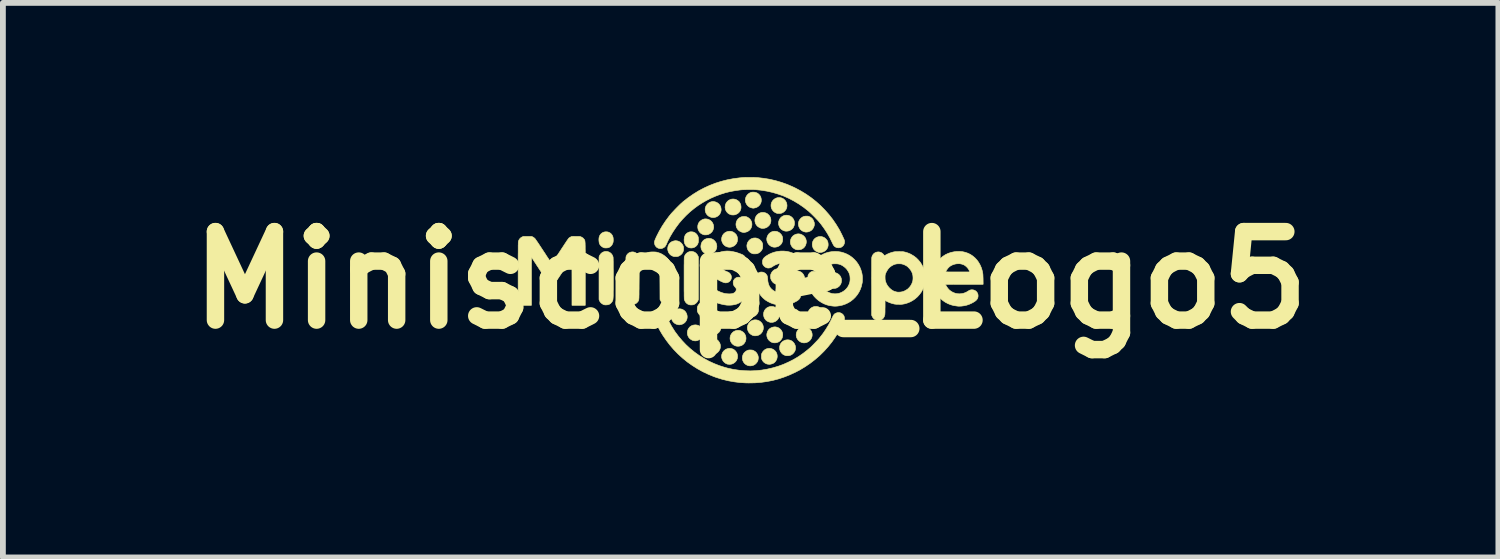
<source format=kicad_pcb>
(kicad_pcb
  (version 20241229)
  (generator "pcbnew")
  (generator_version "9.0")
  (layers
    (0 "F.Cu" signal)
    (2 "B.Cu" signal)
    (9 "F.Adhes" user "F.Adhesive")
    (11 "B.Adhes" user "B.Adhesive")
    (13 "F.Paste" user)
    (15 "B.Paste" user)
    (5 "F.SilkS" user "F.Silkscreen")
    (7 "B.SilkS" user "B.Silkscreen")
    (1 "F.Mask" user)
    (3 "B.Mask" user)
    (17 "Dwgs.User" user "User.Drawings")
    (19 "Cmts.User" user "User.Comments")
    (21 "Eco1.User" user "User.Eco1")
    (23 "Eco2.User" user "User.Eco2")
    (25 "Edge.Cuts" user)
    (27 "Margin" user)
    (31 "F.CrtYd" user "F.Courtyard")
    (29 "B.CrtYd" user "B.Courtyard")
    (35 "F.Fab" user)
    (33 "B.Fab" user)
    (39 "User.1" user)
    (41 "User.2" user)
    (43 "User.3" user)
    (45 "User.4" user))
  (footprint "Miniscope_Logo5"
    (layer "F.Cu")
    (at 9.877 1.773)
    (property "Reference" "Miniscope_Logo5" (at 0 0 0) (layer "F.SilkS") (effects (font (size 1.524 1.524) (thickness 0.3))))
    (attr through_hole)
    (fp_poly (pts (xy -0.736 -1.048) (xy -0.711 -1.037) (xy -0.688 -1.023) (xy -0.669 -1.004) (xy -0.654 -0.982) (xy -0.644 -0.958) (xy -0.638 -0.932) (xy -0.637 -0.905) (xy -0.643 -0.877) (xy -0.651 -0.855) (xy -0.666 -0.831) (xy -0.686 -0.811) (xy -0.709 -0.795) (xy -0.734 -0.784) (xy -0.761 -0.779) (xy -0.79 -0.778) (xy -0.808 -0.781) (xy -0.834 -0.791) (xy -0.858 -0.805) (xy -0.878 -0.824) (xy -0.893 -0.847) (xy -0.905 -0.872) (xy -0.91 -0.9) (xy -0.911 -0.914) (xy -0.909 -0.944) (xy -0.901 -0.969) (xy -0.889 -0.993) (xy -0.87 -1.014) (xy -0.869 -1.015) (xy -0.845 -1.033) (xy -0.82 -1.046) (xy -0.792 -1.053) (xy -0.765 -1.053) (xy -0.736 -1.048)) (stroke (width 0.01) (type solid)) (fill yes) (layer "F.SilkS"))
    (fp_poly (pts (xy -0.623 1.008) (xy -0.598 1.017) (xy -0.575 1.031) (xy -0.555 1.049) (xy -0.539 1.072) (xy -0.527 1.098) (xy -0.525 1.103) (xy -0.521 1.128) (xy -0.521 1.155) (xy -0.526 1.181) (xy -0.533 1.198) (xy -0.548 1.223) (xy -0.567 1.244) (xy -0.589 1.26) (xy -0.614 1.272) (xy -0.64 1.278) (xy -0.668 1.279) (xy -0.691 1.275) (xy -0.719 1.264) (xy -0.744 1.248) (xy -0.764 1.228) (xy -0.78 1.204) (xy -0.791 1.177) (xy -0.794 1.161) (xy -0.795 1.134) (xy -0.791 1.107) (xy -0.782 1.081) (xy -0.767 1.057) (xy -0.749 1.037) (xy -0.73 1.023) (xy -0.704 1.011) (xy -0.677 1.005) (xy -0.65 1.004) (xy -0.623 1.008)) (stroke (width 0.01) (type solid)) (fill yes) (layer "F.SilkS"))
    (fp_poly (pts (xy -0.615 0.671) (xy -0.589 0.68) (xy -0.565 0.694) (xy -0.553 0.703) (xy -0.534 0.724) (xy -0.52 0.749) (xy -0.512 0.775) (xy -0.508 0.802) (xy -0.51 0.829) (xy -0.518 0.855) (xy -0.531 0.88) (xy -0.545 0.899) (xy -0.567 0.918) (xy -0.592 0.931) (xy -0.618 0.94) (xy -0.646 0.943) (xy -0.674 0.94) (xy -0.686 0.937) (xy -0.712 0.926) (xy -0.733 0.912) (xy -0.747 0.898) (xy -0.765 0.875) (xy -0.776 0.85) (xy -0.782 0.824) (xy -0.783 0.798) (xy -0.779 0.772) (xy -0.771 0.748) (xy -0.758 0.725) (xy -0.74 0.706) (xy -0.719 0.689) (xy -0.693 0.677) (xy -0.667 0.669) (xy -0.641 0.667) (xy -0.615 0.671)) (stroke (width 0.01) (type solid)) (fill yes) (layer "F.SilkS"))
    (fp_poly (pts (xy -0.322 0.547) (xy -0.297 0.553) (xy -0.272 0.565) (xy -0.249 0.582) (xy -0.247 0.584) (xy -0.227 0.606) (xy -0.213 0.63) (xy -0.206 0.657) (xy -0.203 0.684) (xy -0.206 0.714) (xy -0.215 0.74) (xy -0.229 0.765) (xy -0.249 0.786) (xy -0.271 0.803) (xy -0.296 0.814) (xy -0.322 0.821) (xy -0.35 0.822) (xy -0.375 0.818) (xy -0.402 0.807) (xy -0.425 0.792) (xy -0.445 0.773) (xy -0.461 0.75) (xy -0.472 0.725) (xy -0.477 0.698) (xy -0.477 0.671) (xy -0.476 0.663) (xy -0.469 0.635) (xy -0.456 0.61) (xy -0.44 0.589) (xy -0.42 0.572) (xy -0.398 0.559) (xy -0.374 0.55) (xy -0.348 0.546) (xy -0.322 0.547)) (stroke (width 0.01) (type solid)) (fill yes) (layer "F.SilkS"))
    (fp_poly (pts (xy 0.931 0.807) (xy 0.959 0.812) (xy 0.985 0.822) (xy 1.009 0.837) (xy 1.028 0.856) (xy 1.044 0.879) (xy 1.054 0.906) (xy 1.058 0.922) (xy 1.06 0.95) (xy 1.056 0.976) (xy 1.047 1.001) (xy 1.033 1.024) (xy 1.016 1.044) (xy 0.995 1.06) (xy 0.971 1.072) (xy 0.946 1.079) (xy 0.919 1.082) (xy 0.896 1.079) (xy 0.869 1.071) (xy 0.844 1.057) (xy 0.823 1.039) (xy 0.806 1.017) (xy 0.793 0.992) (xy 0.789 0.98) (xy 0.784 0.95) (xy 0.786 0.921) (xy 0.794 0.894) (xy 0.808 0.868) (xy 0.824 0.848) (xy 0.846 0.829) (xy 0.87 0.816) (xy 0.897 0.809) (xy 0.926 0.807) (xy 0.931 0.807)) (stroke (width 0.01) (type solid)) (fill yes) (layer "F.SilkS"))
    (fp_poly (pts (xy -0.193 0.867) (xy -0.166 0.875) (xy -0.16 0.878) (xy -0.134 0.893) (xy -0.113 0.912) (xy -0.102 0.928) (xy -0.089 0.953) (xy -0.082 0.979) (xy -0.08 1.006) (xy -0.083 1.032) (xy -0.091 1.057) (xy -0.104 1.081) (xy -0.12 1.101) (xy -0.141 1.118) (xy -0.165 1.131) (xy -0.174 1.133) (xy -0.195 1.138) (xy -0.218 1.14) (xy -0.24 1.138) (xy -0.259 1.134) (xy -0.286 1.122) (xy -0.309 1.105) (xy -0.328 1.085) (xy -0.342 1.061) (xy -0.351 1.036) (xy -0.355 1.008) (xy -0.353 0.982) (xy -0.346 0.954) (xy -0.333 0.929) (xy -0.316 0.908) (xy -0.296 0.89) (xy -0.272 0.877) (xy -0.247 0.869) (xy -0.22 0.865) (xy -0.193 0.867)) (stroke (width 0.01) (type solid)) (fill yes) (layer "F.SilkS"))
    (fp_poly (pts (xy 0.111 0.688) (xy 0.135 0.696) (xy 0.158 0.708) (xy 0.177 0.724) (xy 0.194 0.743) (xy 0.207 0.766) (xy 0.216 0.791) (xy 0.219 0.82) (xy 0.219 0.822) (xy 0.216 0.851) (xy 0.207 0.878) (xy 0.193 0.903) (xy 0.175 0.924) (xy 0.161 0.935) (xy 0.136 0.949) (xy 0.108 0.957) (xy 0.08 0.96) (xy 0.062 0.959) (xy 0.034 0.952) (xy 0.009 0.939) (xy -0.013 0.922) (xy -0.032 0.9) (xy -0.045 0.875) (xy -0.054 0.847) (xy -0.055 0.843) (xy -0.057 0.815) (xy -0.052 0.788) (xy -0.042 0.762) (xy -0.026 0.737) (xy -0.011 0.721) (xy 0.011 0.704) (xy 0.036 0.692) (xy 0.061 0.686) (xy 0.086 0.685) (xy 0.111 0.688)) (stroke (width 0.01) (type solid)) (fill yes) (layer "F.SilkS"))
    (fp_poly (pts (xy 0.24 -1.162) (xy 0.266 -1.154) (xy 0.289 -1.142) (xy 0.308 -1.125) (xy 0.325 -1.106) (xy 0.337 -1.084) (xy 0.345 -1.06) (xy 0.349 -1.035) (xy 0.348 -1.009) (xy 0.342 -0.984) (xy 0.331 -0.959) (xy 0.314 -0.936) (xy 0.309 -0.932) (xy 0.287 -0.913) (xy 0.262 -0.9) (xy 0.235 -0.892) (xy 0.207 -0.89) (xy 0.184 -0.892) (xy 0.162 -0.899) (xy 0.14 -0.911) (xy 0.12 -0.925) (xy 0.113 -0.931) (xy 0.095 -0.954) (xy 0.082 -0.979) (xy 0.075 -1.006) (xy 0.073 -1.033) (xy 0.077 -1.06) (xy 0.086 -1.086) (xy 0.101 -1.11) (xy 0.109 -1.12) (xy 0.131 -1.14) (xy 0.156 -1.154) (xy 0.183 -1.163) (xy 0.211 -1.165) (xy 0.24 -1.162)) (stroke (width 0.01) (type solid)) (fill yes) (layer "F.SilkS"))
    (fp_poly (pts (xy 0.431 0.807) (xy 0.458 0.813) (xy 0.483 0.824) (xy 0.505 0.84) (xy 0.524 0.86) (xy 0.539 0.884) (xy 0.546 0.901) (xy 0.552 0.926) (xy 0.552 0.953) (xy 0.548 0.979) (xy 0.541 1.001) (xy 0.525 1.026) (xy 0.506 1.048) (xy 0.483 1.064) (xy 0.462 1.073) (xy 0.44 1.079) (xy 0.417 1.081) (xy 0.396 1.08) (xy 0.39 1.079) (xy 0.362 1.071) (xy 0.338 1.057) (xy 0.317 1.039) (xy 0.3 1.018) (xy 0.288 0.994) (xy 0.28 0.968) (xy 0.278 0.941) (xy 0.281 0.918) (xy 0.29 0.889) (xy 0.303 0.864) (xy 0.322 0.842) (xy 0.345 0.826) (xy 0.371 0.814) (xy 0.374 0.813) (xy 0.403 0.807) (xy 0.431 0.807)) (stroke (width 0.01) (type solid)) (fill yes) (layer "F.SilkS"))
    (fp_poly (pts (xy 0.641 -1.115) (xy 0.667 -1.108) (xy 0.692 -1.096) (xy 0.714 -1.078) (xy 0.718 -1.074) (xy 0.736 -1.051) (xy 0.748 -1.025) (xy 0.754 -0.998) (xy 0.755 -0.969) (xy 0.75 -0.941) (xy 0.739 -0.914) (xy 0.736 -0.907) (xy 0.72 -0.886) (xy 0.699 -0.869) (xy 0.676 -0.855) (xy 0.65 -0.846) (xy 0.623 -0.842) (xy 0.596 -0.843) (xy 0.584 -0.846) (xy 0.557 -0.856) (xy 0.534 -0.87) (xy 0.52 -0.882) (xy 0.502 -0.905) (xy 0.49 -0.93) (xy 0.482 -0.956) (xy 0.48 -0.983) (xy 0.484 -1.011) (xy 0.493 -1.037) (xy 0.507 -1.061) (xy 0.516 -1.072) (xy 0.537 -1.091) (xy 0.561 -1.105) (xy 0.587 -1.114) (xy 0.614 -1.117) (xy 0.641 -1.115)) (stroke (width 0.01) (type solid)) (fill yes) (layer "F.SilkS"))
    (fp_poly (pts (xy 0.823 -0.156) (xy 0.847 -0.148) (xy 0.869 -0.136) (xy 0.889 -0.121) (xy 0.905 -0.101) (xy 0.918 -0.079) (xy 0.927 -0.053) (xy 0.93 -0.025) (xy 0.93 -0.022) (xy 0.927 0.007) (xy 0.918 0.034) (xy 0.904 0.059) (xy 0.885 0.08) (xy 0.869 0.092) (xy 0.844 0.105) (xy 0.817 0.113) (xy 0.789 0.116) (xy 0.773 0.114) (xy 0.745 0.107) (xy 0.719 0.094) (xy 0.697 0.076) (xy 0.679 0.055) (xy 0.665 0.029) (xy 0.657 0.001) (xy 0.656 -0.001) (xy 0.655 -0.029) (xy 0.659 -0.057) (xy 0.669 -0.083) (xy 0.685 -0.107) (xy 0.7 -0.123) (xy 0.723 -0.14) (xy 0.747 -0.152) (xy 0.772 -0.158) (xy 0.797 -0.16) (xy 0.823 -0.156)) (stroke (width 0.01) (type solid)) (fill yes) (layer "F.SilkS"))
    (fp_poly (pts (xy 0.854 -0.792) (xy 0.88 -0.782) (xy 0.904 -0.768) (xy 0.924 -0.749) (xy 0.937 -0.733) (xy 0.95 -0.708) (xy 0.957 -0.681) (xy 0.959 -0.655) (xy 0.955 -0.628) (xy 0.947 -0.603) (xy 0.935 -0.58) (xy 0.918 -0.559) (xy 0.897 -0.542) (xy 0.873 -0.53) (xy 0.865 -0.527) (xy 0.843 -0.523) (xy 0.82 -0.521) (xy 0.798 -0.522) (xy 0.779 -0.526) (xy 0.752 -0.539) (xy 0.729 -0.556) (xy 0.72 -0.565) (xy 0.702 -0.589) (xy 0.691 -0.614) (xy 0.685 -0.639) (xy 0.684 -0.666) (xy 0.688 -0.691) (xy 0.697 -0.716) (xy 0.71 -0.738) (xy 0.727 -0.758) (xy 0.748 -0.774) (xy 0.773 -0.787) (xy 0.8 -0.794) (xy 0.827 -0.796) (xy 0.854 -0.792)) (stroke (width 0.01) (type solid)) (fill yes) (layer "F.SilkS"))
    (fp_poly (pts (xy 1.161 0.459) (xy 1.186 0.469) (xy 1.207 0.482) (xy 1.225 0.5) (xy 1.241 0.521) (xy 1.252 0.545) (xy 1.256 0.557) (xy 1.261 0.585) (xy 1.259 0.612) (xy 1.253 0.638) (xy 1.241 0.661) (xy 1.226 0.682) (xy 1.207 0.7) (xy 1.185 0.714) (xy 1.16 0.724) (xy 1.133 0.729) (xy 1.105 0.728) (xy 1.095 0.727) (xy 1.071 0.719) (xy 1.047 0.706) (xy 1.026 0.689) (xy 1.009 0.669) (xy 0.999 0.652) (xy 0.989 0.624) (xy 0.985 0.595) (xy 0.987 0.567) (xy 0.994 0.54) (xy 1.007 0.516) (xy 1.026 0.494) (xy 1.027 0.492) (xy 1.051 0.474) (xy 1.077 0.462) (xy 1.104 0.455) (xy 1.133 0.454) (xy 1.161 0.459)) (stroke (width 0.01) (type solid)) (fill yes) (layer "F.SilkS"))
    (fp_poly (pts (xy 1.218 -0.749) (xy 1.244 -0.742) (xy 1.269 -0.731) (xy 1.291 -0.714) (xy 1.308 -0.696) (xy 1.322 -0.675) (xy 1.33 -0.653) (xy 1.334 -0.629) (xy 1.335 -0.614) (xy 1.334 -0.591) (xy 1.329 -0.57) (xy 1.321 -0.551) (xy 1.311 -0.534) (xy 1.294 -0.514) (xy 1.272 -0.497) (xy 1.248 -0.485) (xy 1.221 -0.477) (xy 1.194 -0.475) (xy 1.184 -0.475) (xy 1.157 -0.481) (xy 1.131 -0.493) (xy 1.108 -0.509) (xy 1.089 -0.529) (xy 1.077 -0.548) (xy 1.067 -0.575) (xy 1.061 -0.603) (xy 1.062 -0.631) (xy 1.068 -0.658) (xy 1.08 -0.684) (xy 1.094 -0.704) (xy 1.115 -0.723) (xy 1.139 -0.737) (xy 1.165 -0.746) (xy 1.191 -0.75) (xy 1.218 -0.749)) (stroke (width 0.01) (type solid)) (fill yes) (layer "F.SilkS"))
    (fp_poly (pts (xy 1.455 -0.128) (xy 1.479 -0.12) (xy 1.501 -0.109) (xy 1.521 -0.094) (xy 1.538 -0.075) (xy 1.552 -0.052) (xy 1.561 -0.027) (xy 1.565 0.001) (xy 1.565 0.008) (xy 1.562 0.037) (xy 1.554 0.063) (xy 1.541 0.086) (xy 1.524 0.107) (xy 1.503 0.123) (xy 1.48 0.136) (xy 1.454 0.143) (xy 1.428 0.146) (xy 1.4 0.142) (xy 1.395 0.141) (xy 1.367 0.13) (xy 1.342 0.115) (xy 1.322 0.095) (xy 1.306 0.071) (xy 1.295 0.043) (xy 1.292 0.029) (xy 1.291 0.003) (xy 1.295 -0.024) (xy 1.304 -0.05) (xy 1.318 -0.074) (xy 1.332 -0.09) (xy 1.354 -0.109) (xy 1.379 -0.121) (xy 1.404 -0.128) (xy 1.429 -0.13) (xy 1.455 -0.128)) (stroke (width 0.01) (type solid)) (fill yes) (layer "F.SilkS"))
    (fp_poly (pts (xy -0.331 1.18) (xy -0.305 1.188) (xy -0.282 1.202) (xy -0.262 1.22) (xy -0.245 1.243) (xy -0.237 1.257) (xy -0.229 1.282) (xy -0.225 1.309) (xy -0.227 1.337) (xy -0.231 1.355) (xy -0.242 1.381) (xy -0.258 1.404) (xy -0.279 1.423) (xy -0.303 1.438) (xy -0.32 1.445) (xy -0.338 1.449) (xy -0.359 1.451) (xy -0.379 1.45) (xy -0.397 1.448) (xy -0.402 1.447) (xy -0.429 1.435) (xy -0.452 1.418) (xy -0.472 1.397) (xy -0.487 1.372) (xy -0.497 1.344) (xy -0.499 1.334) (xy -0.5 1.307) (xy -0.496 1.28) (xy -0.486 1.254) (xy -0.472 1.231) (xy -0.457 1.215) (xy -0.434 1.197) (xy -0.409 1.185) (xy -0.383 1.178) (xy -0.357 1.176) (xy -0.331 1.18)) (stroke (width 0.01) (type solid)) (fill yes) (layer "F.SilkS"))
    (fp_poly (pts (xy -0.272 -1.392) (xy -0.247 -1.384) (xy -0.223 -1.37) (xy -0.201 -1.352) (xy -0.194 -1.343) (xy -0.18 -1.32) (xy -0.17 -1.294) (xy -0.166 -1.266) (xy -0.166 -1.239) (xy -0.173 -1.212) (xy -0.183 -1.188) (xy -0.2 -1.166) (xy -0.221 -1.147) (xy -0.245 -1.134) (xy -0.271 -1.124) (xy -0.298 -1.121) (xy -0.326 -1.122) (xy -0.343 -1.127) (xy -0.36 -1.133) (xy -0.374 -1.14) (xy -0.387 -1.149) (xy -0.393 -1.154) (xy -0.413 -1.175) (xy -0.427 -1.199) (xy -0.436 -1.224) (xy -0.44 -1.251) (xy -0.438 -1.278) (xy -0.432 -1.304) (xy -0.42 -1.33) (xy -0.402 -1.352) (xy -0.399 -1.356) (xy -0.377 -1.374) (xy -0.352 -1.386) (xy -0.326 -1.394) (xy -0.299 -1.396) (xy -0.272 -1.392)) (stroke (width 0.01) (type solid)) (fill yes) (layer "F.SilkS"))
    (fp_poly (pts (xy 0.392 0.458) (xy 0.416 0.466) (xy 0.438 0.478) (xy 0.458 0.495) (xy 0.474 0.516) (xy 0.483 0.532) (xy 0.493 0.56) (xy 0.497 0.588) (xy 0.495 0.616) (xy 0.487 0.643) (xy 0.474 0.668) (xy 0.455 0.69) (xy 0.437 0.704) (xy 0.421 0.715) (xy 0.402 0.722) (xy 0.39 0.725) (xy 0.37 0.729) (xy 0.353 0.729) (xy 0.335 0.727) (xy 0.306 0.718) (xy 0.28 0.704) (xy 0.258 0.685) (xy 0.241 0.661) (xy 0.234 0.648) (xy 0.226 0.623) (xy 0.222 0.596) (xy 0.224 0.568) (xy 0.228 0.55) (xy 0.239 0.524) (xy 0.254 0.502) (xy 0.273 0.484) (xy 0.294 0.47) (xy 0.317 0.461) (xy 0.342 0.455) (xy 0.367 0.454) (xy 0.392 0.458)) (stroke (width 0.01) (type solid)) (fill yes) (layer "F.SilkS"))
    (fp_poly (pts (xy -0.915 0.777) (xy -0.89 0.786) (xy -0.872 0.797) (xy -0.851 0.816) (xy -0.834 0.839) (xy -0.823 0.865) (xy -0.817 0.894) (xy -0.817 0.917) (xy -0.818 0.933) (xy -0.82 0.946) (xy -0.824 0.958) (xy -0.828 0.965) (xy -0.843 0.991) (xy -0.862 1.012) (xy -0.886 1.028) (xy -0.89 1.03) (xy -0.914 1.04) (xy -0.936 1.046) (xy -0.959 1.047) (xy -0.979 1.044) (xy -1.006 1.036) (xy -1.031 1.021) (xy -1.048 1.008) (xy -1.067 0.986) (xy -1.08 0.961) (xy -1.088 0.935) (xy -1.091 0.908) (xy -1.088 0.881) (xy -1.08 0.855) (xy -1.066 0.83) (xy -1.048 0.808) (xy -1.044 0.805) (xy -1.022 0.789) (xy -0.997 0.778) (xy -0.97 0.773) (xy -0.943 0.772) (xy -0.915 0.777)) (stroke (width 0.01) (type solid)) (fill yes) (layer "F.SilkS"))
    (fp_poly (pts (xy -0.62 -1.349) (xy -0.618 -1.349) (xy -0.591 -1.34) (xy -0.567 -1.327) (xy -0.547 -1.31) (xy -0.53 -1.289) (xy -0.518 -1.266) (xy -0.511 -1.241) (xy -0.508 -1.216) (xy -0.51 -1.189) (xy -0.518 -1.164) (xy -0.53 -1.139) (xy -0.545 -1.12) (xy -0.567 -1.101) (xy -0.592 -1.087) (xy -0.619 -1.079) (xy -0.647 -1.076) (xy -0.675 -1.08) (xy -0.689 -1.084) (xy -0.716 -1.096) (xy -0.738 -1.112) (xy -0.756 -1.132) (xy -0.77 -1.154) (xy -0.779 -1.179) (xy -0.783 -1.204) (xy -0.783 -1.231) (xy -0.777 -1.257) (xy -0.766 -1.281) (xy -0.749 -1.304) (xy -0.743 -1.311) (xy -0.725 -1.326) (xy -0.707 -1.338) (xy -0.685 -1.346) (xy -0.678 -1.348) (xy -0.658 -1.352) (xy -0.64 -1.352) (xy -0.62 -1.349)) (stroke (width 0.01) (type solid)) (fill yes) (layer "F.SilkS"))
    (fp_poly (pts (xy -0.328 -0.837) (xy -0.301 -0.827) (xy -0.298 -0.825) (xy -0.285 -0.817) (xy -0.271 -0.805) (xy -0.257 -0.792) (xy -0.246 -0.778) (xy -0.243 -0.774) (xy -0.233 -0.75) (xy -0.227 -0.723) (xy -0.226 -0.696) (xy -0.229 -0.669) (xy -0.238 -0.644) (xy -0.245 -0.63) (xy -0.263 -0.608) (xy -0.284 -0.59) (xy -0.309 -0.577) (xy -0.335 -0.568) (xy -0.363 -0.565) (xy -0.39 -0.568) (xy -0.397 -0.57) (xy -0.425 -0.58) (xy -0.449 -0.596) (xy -0.469 -0.617) (xy -0.485 -0.641) (xy -0.495 -0.668) (xy -0.499 -0.682) (xy -0.5 -0.709) (xy -0.496 -0.736) (xy -0.487 -0.762) (xy -0.473 -0.785) (xy -0.46 -0.8) (xy -0.437 -0.819) (xy -0.412 -0.831) (xy -0.385 -0.839) (xy -0.357 -0.841) (xy -0.328 -0.837)) (stroke (width 0.01) (type solid)) (fill yes) (layer "F.SilkS"))
    (fp_poly (pts (xy 0.441 -0.838) (xy 0.449 -0.837) (xy 0.471 -0.829) (xy 0.491 -0.818) (xy 0.509 -0.803) (xy 0.51 -0.803) (xy 0.529 -0.781) (xy 0.542 -0.759) (xy 0.55 -0.734) (xy 0.552 -0.706) (xy 0.552 -0.696) (xy 0.548 -0.666) (xy 0.538 -0.64) (xy 0.524 -0.618) (xy 0.504 -0.598) (xy 0.499 -0.594) (xy 0.478 -0.581) (xy 0.454 -0.572) (xy 0.429 -0.567) (xy 0.403 -0.566) (xy 0.381 -0.57) (xy 0.354 -0.58) (xy 0.33 -0.596) (xy 0.31 -0.615) (xy 0.295 -0.638) (xy 0.284 -0.663) (xy 0.278 -0.689) (xy 0.278 -0.717) (xy 0.279 -0.724) (xy 0.287 -0.752) (xy 0.3 -0.777) (xy 0.316 -0.798) (xy 0.337 -0.816) (xy 0.36 -0.829) (xy 0.386 -0.838) (xy 0.413 -0.841) (xy 0.441 -0.838)) (stroke (width 0.01) (type solid)) (fill yes) (layer "F.SilkS"))
    (fp_poly (pts (xy 0.522 -1.417) (xy 0.535 -1.413) (xy 0.561 -1.401) (xy 0.582 -1.384) (xy 0.6 -1.364) (xy 0.614 -1.34) (xy 0.622 -1.314) (xy 0.626 -1.287) (xy 0.624 -1.259) (xy 0.62 -1.242) (xy 0.609 -1.216) (xy 0.592 -1.193) (xy 0.572 -1.174) (xy 0.548 -1.159) (xy 0.531 -1.152) (xy 0.513 -1.148) (xy 0.492 -1.147) (xy 0.472 -1.147) (xy 0.454 -1.149) (xy 0.449 -1.151) (xy 0.423 -1.162) (xy 0.4 -1.178) (xy 0.381 -1.198) (xy 0.366 -1.221) (xy 0.356 -1.246) (xy 0.351 -1.273) (xy 0.352 -1.301) (xy 0.352 -1.304) (xy 0.359 -1.331) (xy 0.371 -1.355) (xy 0.387 -1.376) (xy 0.389 -1.378) (xy 0.412 -1.397) (xy 0.437 -1.411) (xy 0.464 -1.419) (xy 0.492 -1.421) (xy 0.522 -1.417)) (stroke (width 0.01) (type solid)) (fill yes) (layer "F.SilkS"))
    (fp_poly (pts (xy -0.991 -0.828) (xy -0.971 -0.821) (xy -0.949 -0.808) (xy -0.93 -0.79) (xy -0.914 -0.768) (xy -0.904 -0.744) (xy -0.902 -0.736) (xy -0.9 -0.722) (xy -0.899 -0.703) (xy -0.899 -0.683) (xy -0.9 -0.664) (xy -0.902 -0.648) (xy -0.903 -0.643) (xy -0.913 -0.618) (xy -0.928 -0.595) (xy -0.948 -0.577) (xy -0.971 -0.563) (xy -0.99 -0.557) (xy -1.011 -0.553) (xy -1.033 -0.553) (xy -1.054 -0.556) (xy -1.063 -0.558) (xy -1.088 -0.57) (xy -1.109 -0.587) (xy -1.125 -0.607) (xy -1.137 -0.632) (xy -1.144 -0.661) (xy -1.146 -0.694) (xy -1.145 -0.704) (xy -1.141 -0.736) (xy -1.132 -0.763) (xy -1.119 -0.786) (xy -1.1 -0.805) (xy -1.077 -0.819) (xy -1.058 -0.827) (xy -1.037 -0.831) (xy -1.014 -0.831) (xy -0.991 -0.828)) (stroke (width 0.01) (type solid)) (fill yes) (layer "F.SilkS"))
    (fp_poly (pts (xy -1.265 -0.675) (xy -1.238 -0.667) (xy -1.213 -0.653) (xy -1.193 -0.635) (xy -1.175 -0.612) (xy -1.162 -0.587) (xy -1.155 -0.561) (xy -1.154 -0.534) (xy -1.157 -0.508) (xy -1.166 -0.483) (xy -1.179 -0.46) (xy -1.198 -0.439) (xy -1.221 -0.422) (xy -1.234 -0.415) (xy -1.246 -0.41) (xy -1.256 -0.407) (xy -1.267 -0.405) (xy -1.281 -0.404) (xy -1.286 -0.404) (xy -1.304 -0.404) (xy -1.318 -0.405) (xy -1.33 -0.408) (xy -1.335 -0.409) (xy -1.361 -0.421) (xy -1.383 -0.436) (xy -1.4 -0.455) (xy -1.414 -0.477) (xy -1.423 -0.501) (xy -1.428 -0.525) (xy -1.428 -0.55) (xy -1.424 -0.575) (xy -1.416 -0.599) (xy -1.403 -0.621) (xy -1.386 -0.641) (xy -1.364 -0.657) (xy -1.349 -0.665) (xy -1.321 -0.674) (xy -1.293 -0.678) (xy -1.265 -0.675)) (stroke (width 0.01) (type solid)) (fill yes) (layer "F.SilkS"))
    (fp_poly (pts (xy 0.661 1.031) (xy 0.687 1.038) (xy 0.712 1.051) (xy 0.722 1.059) (xy 0.742 1.079) (xy 0.757 1.102) (xy 0.768 1.129) (xy 0.773 1.156) (xy 0.772 1.184) (xy 0.768 1.207) (xy 0.757 1.232) (xy 0.74 1.255) (xy 0.72 1.275) (xy 0.696 1.29) (xy 0.684 1.295) (xy 0.665 1.3) (xy 0.644 1.303) (xy 0.623 1.303) (xy 0.605 1.301) (xy 0.576 1.29) (xy 0.551 1.275) (xy 0.531 1.255) (xy 0.514 1.23) (xy 0.512 1.227) (xy 0.507 1.214) (xy 0.503 1.204) (xy 0.501 1.193) (xy 0.5 1.179) (xy 0.499 1.174) (xy 0.5 1.145) (xy 0.506 1.12) (xy 0.517 1.096) (xy 0.519 1.092) (xy 0.537 1.07) (xy 0.558 1.053) (xy 0.582 1.04) (xy 0.607 1.032) (xy 0.634 1.029) (xy 0.661 1.031)) (stroke (width 0.01) (type solid)) (fill yes) (layer "F.SilkS"))
    (fp_poly (pts (xy -2.468 -0.83) (xy -2.442 -0.823) (xy -2.419 -0.81) (xy -2.399 -0.793) (xy -2.383 -0.771) (xy -2.375 -0.753) (xy -2.37 -0.738) (xy -2.367 -0.718) (xy -2.366 -0.697) (xy -2.366 -0.676) (xy -2.368 -0.658) (xy -2.368 -0.654) (xy -2.377 -0.627) (xy -2.39 -0.603) (xy -2.408 -0.583) (xy -2.429 -0.567) (xy -2.438 -0.563) (xy -2.454 -0.557) (xy -2.474 -0.554) (xy -2.494 -0.553) (xy -2.513 -0.554) (xy -2.526 -0.557) (xy -2.55 -0.568) (xy -2.571 -0.583) (xy -2.589 -0.602) (xy -2.602 -0.623) (xy -2.604 -0.628) (xy -2.608 -0.643) (xy -2.611 -0.663) (xy -2.613 -0.685) (xy -2.613 -0.707) (xy -2.611 -0.727) (xy -2.608 -0.742) (xy -2.598 -0.768) (xy -2.582 -0.791) (xy -2.563 -0.808) (xy -2.54 -0.822) (xy -2.514 -0.829) (xy -2.497 -0.831) (xy -2.468 -0.83)) (stroke (width 0.01) (type solid)) (fill yes) (layer "F.SilkS"))
    (fp_poly (pts (xy -1.203 0.497) (xy -1.185 0.502) (xy -1.159 0.514) (xy -1.137 0.53) (xy -1.12 0.549) (xy -1.107 0.571) (xy -1.098 0.595) (xy -1.093 0.62) (xy -1.093 0.645) (xy -1.097 0.67) (xy -1.106 0.693) (xy -1.119 0.715) (xy -1.137 0.735) (xy -1.16 0.751) (xy -1.172 0.757) (xy -1.182 0.761) (xy -1.196 0.765) (xy -1.21 0.768) (xy -1.222 0.77) (xy -1.232 0.771) (xy -1.233 0.771) (xy -1.239 0.77) (xy -1.246 0.769) (xy -1.274 0.762) (xy -1.301 0.75) (xy -1.324 0.731) (xy -1.33 0.725) (xy -1.347 0.703) (xy -1.359 0.678) (xy -1.366 0.652) (xy -1.367 0.626) (xy -1.364 0.6) (xy -1.355 0.576) (xy -1.342 0.553) (xy -1.325 0.533) (xy -1.304 0.516) (xy -1.278 0.503) (xy -1.274 0.502) (xy -1.252 0.497) (xy -1.227 0.495) (xy -1.203 0.497)) (stroke (width 0.01) (type solid)) (fill yes) (layer "F.SilkS"))
    (fp_poly (pts (xy -0.701 -0.717) (xy -0.672 -0.71) (xy -0.671 -0.71) (xy -0.65 -0.7) (xy -0.63 -0.685) (xy -0.612 -0.666) (xy -0.598 -0.646) (xy -0.595 -0.64) (xy -0.586 -0.611) (xy -0.582 -0.583) (xy -0.585 -0.555) (xy -0.593 -0.529) (xy -0.606 -0.505) (xy -0.624 -0.483) (xy -0.646 -0.466) (xy -0.66 -0.458) (xy -0.671 -0.453) (xy -0.681 -0.449) (xy -0.69 -0.447) (xy -0.701 -0.446) (xy -0.716 -0.445) (xy -0.738 -0.446) (xy -0.756 -0.448) (xy -0.763 -0.449) (xy -0.779 -0.457) (xy -0.797 -0.468) (xy -0.814 -0.481) (xy -0.828 -0.495) (xy -0.829 -0.497) (xy -0.844 -0.521) (xy -0.853 -0.547) (xy -0.857 -0.572) (xy -0.855 -0.602) (xy -0.849 -0.629) (xy -0.838 -0.653) (xy -0.822 -0.674) (xy -0.803 -0.692) (xy -0.78 -0.705) (xy -0.755 -0.714) (xy -0.729 -0.719) (xy -0.701 -0.717)) (stroke (width 0.01) (type solid)) (fill yes) (layer "F.SilkS"))
    (fp_poly (pts (xy 0.002 1.204) (xy 0.017 1.205) (xy 0.028 1.206) (xy 0.038 1.209) (xy 0.05 1.214) (xy 0.055 1.217) (xy 0.08 1.232) (xy 0.1 1.252) (xy 0.115 1.275) (xy 0.126 1.3) (xy 0.132 1.327) (xy 0.131 1.355) (xy 0.126 1.383) (xy 0.119 1.4) (xy 0.11 1.415) (xy 0.097 1.431) (xy 0.083 1.445) (xy 0.069 1.456) (xy 0.069 1.456) (xy 0.045 1.468) (xy 0.018 1.475) (xy -0.009 1.478) (xy -0.034 1.475) (xy -0.062 1.466) (xy -0.087 1.451) (xy -0.108 1.433) (xy -0.124 1.41) (xy -0.136 1.385) (xy -0.142 1.356) (xy -0.143 1.34) (xy -0.14 1.311) (xy -0.131 1.284) (xy -0.117 1.259) (xy -0.098 1.239) (xy -0.075 1.222) (xy -0.049 1.209) (xy -0.048 1.209) (xy -0.036 1.206) (xy -0.025 1.204) (xy -0.011 1.204) (xy 0.002 1.204)) (stroke (width 0.01) (type solid)) (fill yes) (layer "F.SilkS"))
    (fp_poly (pts (xy 0.068 -1.513) (xy 0.095 -1.506) (xy 0.12 -1.495) (xy 0.142 -1.477) (xy 0.143 -1.476) (xy 0.161 -1.455) (xy 0.174 -1.43) (xy 0.181 -1.405) (xy 0.184 -1.379) (xy 0.182 -1.352) (xy 0.175 -1.327) (xy 0.163 -1.304) (xy 0.147 -1.283) (xy 0.126 -1.265) (xy 0.107 -1.254) (xy 0.087 -1.246) (xy 0.066 -1.241) (xy 0.047 -1.238) (xy 0.043 -1.238) (xy 0.035 -1.239) (xy 0.023 -1.242) (xy 0.013 -1.244) (xy -0.015 -1.254) (xy -0.039 -1.27) (xy -0.059 -1.29) (xy -0.075 -1.314) (xy -0.086 -1.341) (xy -0.09 -1.357) (xy -0.091 -1.385) (xy -0.087 -1.412) (xy -0.077 -1.438) (xy -0.062 -1.461) (xy -0.043 -1.482) (xy -0.019 -1.498) (xy -0.014 -1.501) (xy -0.001 -1.507) (xy 0.01 -1.511) (xy 0.022 -1.513) (xy 0.037 -1.514) (xy 0.038 -1.514) (xy 0.068 -1.513)) (stroke (width 0.01) (type solid)) (fill yes) (layer "F.SilkS"))
    (fp_poly (pts (xy 0.352 1.18) (xy 0.377 1.188) (xy 0.401 1.202) (xy 0.422 1.22) (xy 0.436 1.237) (xy 0.449 1.262) (xy 0.456 1.288) (xy 0.458 1.315) (xy 0.455 1.342) (xy 0.447 1.368) (xy 0.434 1.392) (xy 0.417 1.413) (xy 0.398 1.429) (xy 0.374 1.44) (xy 0.348 1.448) (xy 0.32 1.451) (xy 0.293 1.448) (xy 0.279 1.445) (xy 0.252 1.433) (xy 0.229 1.417) (xy 0.21 1.396) (xy 0.196 1.372) (xy 0.191 1.362) (xy 0.189 1.354) (xy 0.187 1.346) (xy 0.186 1.336) (xy 0.186 1.323) (xy 0.186 1.314) (xy 0.186 1.298) (xy 0.186 1.287) (xy 0.188 1.278) (xy 0.19 1.27) (xy 0.194 1.261) (xy 0.196 1.257) (xy 0.211 1.232) (xy 0.23 1.211) (xy 0.251 1.195) (xy 0.275 1.184) (xy 0.3 1.178) (xy 0.326 1.176) (xy 0.352 1.18)) (stroke (width 0.01) (type solid)) (fill yes) (layer "F.SilkS"))
    (fp_poly (pts (xy 0.984 -1.1) (xy 0.996 -1.098) (xy 1.007 -1.094) (xy 1.02 -1.088) (xy 1.021 -1.088) (xy 1.046 -1.072) (xy 1.066 -1.053) (xy 1.081 -1.029) (xy 1.092 -1) (xy 1.094 -0.995) (xy 1.097 -0.979) (xy 1.098 -0.964) (xy 1.097 -0.948) (xy 1.094 -0.934) (xy 1.084 -0.906) (xy 1.069 -0.881) (xy 1.05 -0.86) (xy 1.026 -0.844) (xy 0.999 -0.833) (xy 0.99 -0.83) (xy 0.969 -0.827) (xy 0.949 -0.826) (xy 0.94 -0.828) (xy 0.923 -0.832) (xy 0.905 -0.839) (xy 0.888 -0.847) (xy 0.879 -0.853) (xy 0.858 -0.871) (xy 0.842 -0.894) (xy 0.831 -0.918) (xy 0.824 -0.945) (xy 0.822 -0.972) (xy 0.826 -0.999) (xy 0.835 -1.024) (xy 0.849 -1.046) (xy 0.869 -1.068) (xy 0.892 -1.085) (xy 0.918 -1.096) (xy 0.946 -1.101) (xy 0.969 -1.101) (xy 0.984 -1.1)) (stroke (width 0.01) (type solid)) (fill yes) (layer "F.SilkS"))
    (fp_poly (pts (xy -0.094 -1.094) (xy -0.074 -1.091) (xy -0.074 -1.091) (xy -0.052 -1.081) (xy -0.031 -1.067) (xy -0.012 -1.05) (xy -0.005 -1.041) (xy 0.01 -1.016) (xy 0.019 -0.99) (xy 0.022 -0.963) (xy 0.02 -0.936) (xy 0.014 -0.911) (xy 0.002 -0.886) (xy -0.014 -0.865) (xy -0.035 -0.847) (xy -0.057 -0.834) (xy -0.068 -0.83) (xy -0.081 -0.826) (xy -0.095 -0.823) (xy -0.108 -0.82) (xy -0.117 -0.82) (xy -0.119 -0.82) (xy -0.124 -0.82) (xy -0.132 -0.821) (xy -0.16 -0.828) (xy -0.186 -0.841) (xy -0.21 -0.859) (xy -0.216 -0.865) (xy -0.233 -0.888) (xy -0.245 -0.912) (xy -0.251 -0.938) (xy -0.253 -0.964) (xy -0.249 -0.99) (xy -0.241 -1.015) (xy -0.228 -1.038) (xy -0.211 -1.058) (xy -0.189 -1.075) (xy -0.164 -1.087) (xy -0.159 -1.089) (xy -0.139 -1.093) (xy -0.117 -1.095) (xy -0.094 -1.094)) (stroke (width 0.01) (type solid)) (fill yes) (layer "F.SilkS"))
    (fp_poly (pts (xy 0.503 -0.195) (xy 0.521 -0.191) (xy 0.547 -0.179) (xy 0.57 -0.164) (xy 0.588 -0.145) (xy 0.602 -0.122) (xy 0.612 -0.098) (xy 0.617 -0.073) (xy 0.617 -0.047) (xy 0.612 -0.021) (xy 0.602 0.004) (xy 0.586 0.027) (xy 0.581 0.033) (xy 0.561 0.051) (xy 0.541 0.064) (xy 0.517 0.073) (xy 0.511 0.074) (xy 0.489 0.078) (xy 0.47 0.078) (xy 0.45 0.075) (xy 0.449 0.075) (xy 0.421 0.065) (xy 0.396 0.05) (xy 0.375 0.03) (xy 0.359 0.005) (xy 0.357 0.001) (xy 0.351 -0.012) (xy 0.347 -0.022) (xy 0.345 -0.033) (xy 0.344 -0.046) (xy 0.343 -0.052) (xy 0.343 -0.069) (xy 0.344 -0.081) (xy 0.346 -0.093) (xy 0.349 -0.103) (xy 0.361 -0.129) (xy 0.378 -0.152) (xy 0.398 -0.17) (xy 0.421 -0.184) (xy 0.447 -0.193) (xy 0.475 -0.197) (xy 0.503 -0.195)) (stroke (width 0.01) (type solid)) (fill yes) (layer "F.SilkS"))
    (fp_poly (pts (xy 0.016 0.367) (xy 0.027 0.367) (xy 0.036 0.368) (xy 0.044 0.371) (xy 0.053 0.375) (xy 0.061 0.379) (xy 0.085 0.394) (xy 0.105 0.413) (xy 0.121 0.435) (xy 0.131 0.459) (xy 0.137 0.484) (xy 0.138 0.51) (xy 0.134 0.536) (xy 0.125 0.561) (xy 0.111 0.584) (xy 0.092 0.605) (xy 0.077 0.616) (xy 0.055 0.628) (xy 0.031 0.636) (xy 0.004 0.64) (xy -0.021 0.639) (xy -0.024 0.638) (xy -0.05 0.63) (xy -0.074 0.617) (xy -0.096 0.599) (xy -0.114 0.577) (xy -0.125 0.559) (xy -0.133 0.537) (xy -0.136 0.512) (xy -0.136 0.487) (xy -0.132 0.464) (xy -0.13 0.459) (xy -0.118 0.432) (xy -0.102 0.41) (xy -0.082 0.391) (xy -0.057 0.377) (xy -0.048 0.372) (xy -0.04 0.37) (xy -0.032 0.368) (xy -0.022 0.367) (xy -0.009 0.367) (xy 0.000097 0.367) (xy 0.016 0.367)) (stroke (width 0.01) (type solid)) (fill yes) (layer "F.SilkS"))
    (fp_poly (pts (xy 0.751 0.497) (xy 0.764 0.499) (xy 0.767 0.5) (xy 0.793 0.511) (xy 0.815 0.527) (xy 0.833 0.545) (xy 0.847 0.567) (xy 0.857 0.59) (xy 0.862 0.615) (xy 0.863 0.64) (xy 0.86 0.665) (xy 0.852 0.689) (xy 0.839 0.711) (xy 0.823 0.731) (xy 0.801 0.748) (xy 0.784 0.757) (xy 0.773 0.761) (xy 0.76 0.765) (xy 0.746 0.768) (xy 0.734 0.77) (xy 0.724 0.771) (xy 0.722 0.771) (xy 0.717 0.77) (xy 0.71 0.769) (xy 0.682 0.763) (xy 0.657 0.751) (xy 0.635 0.735) (xy 0.617 0.715) (xy 0.602 0.692) (xy 0.593 0.666) (xy 0.589 0.64) (xy 0.59 0.612) (xy 0.598 0.583) (xy 0.611 0.557) (xy 0.629 0.535) (xy 0.652 0.517) (xy 0.666 0.509) (xy 0.678 0.503) (xy 0.689 0.499) (xy 0.699 0.497) (xy 0.713 0.496) (xy 0.719 0.496) (xy 0.737 0.496) (xy 0.751 0.497)) (stroke (width 0.01) (type solid)) (fill yes) (layer "F.SilkS"))
    (fp_poly (pts (xy 0.094 -0.724) (xy 0.121 -0.716) (xy 0.147 -0.703) (xy 0.169 -0.685) (xy 0.188 -0.663) (xy 0.198 -0.645) (xy 0.202 -0.636) (xy 0.205 -0.627) (xy 0.207 -0.619) (xy 0.208 -0.609) (xy 0.208 -0.595) (xy 0.208 -0.587) (xy 0.208 -0.571) (xy 0.207 -0.56) (xy 0.206 -0.551) (xy 0.204 -0.543) (xy 0.2 -0.534) (xy 0.198 -0.529) (xy 0.183 -0.505) (xy 0.164 -0.484) (xy 0.141 -0.468) (xy 0.131 -0.463) (xy 0.12 -0.458) (xy 0.11 -0.455) (xy 0.1 -0.453) (xy 0.087 -0.452) (xy 0.078 -0.452) (xy 0.06 -0.452) (xy 0.047 -0.452) (xy 0.036 -0.455) (xy 0.03 -0.456) (xy 0.002 -0.469) (xy -0.021 -0.487) (xy -0.04 -0.509) (xy -0.054 -0.534) (xy -0.062 -0.563) (xy -0.063 -0.568) (xy -0.065 -0.596) (xy -0.06 -0.623) (xy -0.051 -0.648) (xy -0.037 -0.67) (xy -0.019 -0.69) (xy 0.002 -0.706) (xy 0.026 -0.717) (xy 0.052 -0.724) (xy 0.079 -0.725) (xy 0.094 -0.724)) (stroke (width 0.01) (type solid)) (fill yes) (layer "F.SilkS"))
    (fp_poly (pts (xy -0.768 0.367) (xy -0.756 0.367) (xy -0.748 0.369) (xy -0.74 0.371) (xy -0.731 0.375) (xy -0.727 0.377) (xy -0.702 0.392) (xy -0.681 0.411) (xy -0.665 0.434) (xy -0.654 0.459) (xy -0.647 0.486) (xy -0.647 0.513) (xy -0.652 0.541) (xy -0.656 0.552) (xy -0.669 0.577) (xy -0.687 0.599) (xy -0.708 0.616) (xy -0.732 0.629) (xy -0.759 0.637) (xy -0.787 0.64) (xy -0.807 0.638) (xy -0.834 0.63) (xy -0.859 0.617) (xy -0.881 0.599) (xy -0.899 0.577) (xy -0.907 0.562) (xy -0.912 0.552) (xy -0.916 0.544) (xy -0.918 0.536) (xy -0.919 0.526) (xy -0.919 0.514) (xy -0.919 0.502) (xy -0.919 0.486) (xy -0.919 0.474) (xy -0.917 0.465) (xy -0.915 0.457) (xy -0.911 0.448) (xy -0.909 0.444) (xy -0.894 0.42) (xy -0.875 0.399) (xy -0.852 0.382) (xy -0.842 0.377) (xy -0.832 0.372) (xy -0.824 0.37) (xy -0.816 0.368) (xy -0.806 0.367) (xy -0.792 0.367) (xy -0.784 0.367) (xy -0.768 0.367)) (stroke (width 0.01) (type solid)) (fill yes) (layer "F.SilkS"))
    (fp_poly (pts (xy -0.993 -0.49) (xy -0.969 -0.481) (xy -0.966 -0.48) (xy -0.949 -0.469) (xy -0.933 -0.454) (xy -0.919 -0.437) (xy -0.909 -0.419) (xy -0.908 -0.417) (xy -0.9 -0.398) (xy -0.9 0.335) (xy -0.907 0.353) (xy -0.919 0.374) (xy -0.935 0.393) (xy -0.955 0.409) (xy -0.968 0.417) (xy -0.979 0.422) (xy -0.989 0.425) (xy -1 0.427) (xy -1.013 0.428) (xy -1.018 0.428) (xy -1.036 0.428) (xy -1.051 0.426) (xy -1.06 0.424) (xy -1.085 0.413) (xy -1.106 0.397) (xy -1.124 0.376) (xy -1.136 0.352) (xy -1.143 0.331) (xy -1.143 0.325) (xy -1.144 0.313) (xy -1.144 0.296) (xy -1.145 0.274) (xy -1.145 0.248) (xy -1.145 0.218) (xy -1.146 0.184) (xy -1.146 0.148) (xy -1.146 0.11) (xy -1.146 0.07) (xy -1.146 0.028) (xy -1.146 -0.014) (xy -1.146 -0.056) (xy -1.146 -0.098) (xy -1.146 -0.139) (xy -1.146 -0.179) (xy -1.146 -0.217) (xy -1.146 -0.253) (xy -1.145 -0.286) (xy -1.145 -0.315) (xy -1.145 -0.341) (xy -1.144 -0.362) (xy -1.144 -0.379) (xy -1.143 -0.39) (xy -1.143 -0.394) (xy -1.134 -0.421) (xy -1.12 -0.445) (xy -1.101 -0.464) (xy -1.079 -0.479) (xy -1.053 -0.49) (xy -1.041 -0.492) (xy -1.017 -0.494) (xy -0.993 -0.49)) (stroke (width 0.01) (type solid)) (fill yes) (layer "F.SilkS"))
    (fp_poly (pts (xy 0.624 -0.494) (xy 0.676 -0.482) (xy 0.725 -0.465) (xy 0.756 -0.451) (xy 0.784 -0.435) (xy 0.808 -0.419) (xy 0.828 -0.401) (xy 0.843 -0.384) (xy 0.85 -0.374) (xy 0.858 -0.351) (xy 0.861 -0.327) (xy 0.859 -0.303) (xy 0.851 -0.281) (xy 0.839 -0.261) (xy 0.822 -0.244) (xy 0.802 -0.231) (xy 0.787 -0.225) (xy 0.763 -0.22) (xy 0.739 -0.221) (xy 0.716 -0.228) (xy 0.693 -0.241) (xy 0.686 -0.246) (xy 0.665 -0.259) (xy 0.641 -0.271) (xy 0.616 -0.28) (xy 0.61 -0.281) (xy 0.592 -0.285) (xy 0.57 -0.287) (xy 0.546 -0.287) (xy 0.521 -0.287) (xy 0.499 -0.285) (xy 0.481 -0.281) (xy 0.457 -0.274) (xy 0.43 -0.263) (xy 0.405 -0.25) (xy 0.382 -0.236) (xy 0.378 -0.233) (xy 0.355 -0.219) (xy 0.331 -0.21) (xy 0.307 -0.207) (xy 0.284 -0.209) (xy 0.284 -0.209) (xy 0.261 -0.218) (xy 0.24 -0.232) (xy 0.223 -0.25) (xy 0.213 -0.265) (xy 0.208 -0.277) (xy 0.205 -0.29) (xy 0.204 -0.306) (xy 0.204 -0.329) (xy 0.209 -0.349) (xy 0.218 -0.367) (xy 0.231 -0.384) (xy 0.25 -0.401) (xy 0.269 -0.415) (xy 0.315 -0.443) (xy 0.364 -0.465) (xy 0.414 -0.482) (xy 0.466 -0.493) (xy 0.519 -0.499) (xy 0.572 -0.499) (xy 0.624 -0.494)) (stroke (width 0.01) (type solid)) (fill yes) (layer "F.SilkS"))
    (fp_poly (pts (xy -2.465 -0.491) (xy -2.437 -0.482) (xy -2.437 -0.481) (xy -2.415 -0.468) (xy -2.396 -0.45) (xy -2.381 -0.428) (xy -2.371 -0.403) (xy -2.369 -0.394) (xy -2.368 -0.389) (xy -2.368 -0.378) (xy -2.367 -0.363) (xy -2.367 -0.342) (xy -2.366 -0.316) (xy -2.366 -0.285) (xy -2.366 -0.247) (xy -2.366 -0.205) (xy -2.365 -0.156) (xy -2.365 -0.101) (xy -2.365 -0.04) (xy -2.365 -0.031) (xy -2.365 0.025) (xy -2.365 0.075) (xy -2.365 0.119) (xy -2.365 0.159) (xy -2.366 0.193) (xy -2.366 0.222) (xy -2.366 0.248) (xy -2.366 0.27) (xy -2.367 0.288) (xy -2.368 0.304) (xy -2.369 0.316) (xy -2.37 0.327) (xy -2.371 0.336) (xy -2.372 0.343) (xy -2.374 0.349) (xy -2.376 0.354) (xy -2.378 0.358) (xy -2.38 0.363) (xy -2.383 0.368) (xy -2.384 0.369) (xy -2.397 0.387) (xy -2.414 0.404) (xy -2.434 0.417) (xy -2.438 0.419) (xy -2.455 0.424) (xy -2.475 0.427) (xy -2.496 0.428) (xy -2.515 0.427) (xy -2.531 0.423) (xy -2.531 0.423) (xy -2.557 0.409) (xy -2.578 0.392) (xy -2.595 0.371) (xy -2.604 0.353) (xy -2.611 0.335) (xy -2.611 -0.398) (xy -2.604 -0.417) (xy -2.594 -0.434) (xy -2.581 -0.452) (xy -2.565 -0.467) (xy -2.548 -0.479) (xy -2.546 -0.48) (xy -2.519 -0.49) (xy -2.492 -0.494) (xy -2.465 -0.491)) (stroke (width 0.01) (type solid)) (fill yes) (layer "F.SilkS"))
    (fp_poly (pts (xy 0.202 -0.137) (xy 0.213 -0.135) (xy 0.224 -0.132) (xy 0.233 -0.127) (xy 0.255 -0.114) (xy 0.272 -0.095) (xy 0.283 -0.077) (xy 0.286 -0.068) (xy 0.288 -0.058) (xy 0.29 -0.045) (xy 0.292 -0.028) (xy 0.293 -0.019) (xy 0.296 0.018) (xy 0.302 0.049) (xy 0.31 0.077) (xy 0.319 0.099) (xy 0.337 0.13) (xy 0.36 0.156) (xy 0.387 0.178) (xy 0.419 0.196) (xy 0.456 0.209) (xy 0.459 0.21) (xy 0.47 0.213) (xy 0.481 0.215) (xy 0.492 0.216) (xy 0.506 0.217) (xy 0.525 0.217) (xy 0.533 0.217) (xy 0.562 0.217) (xy 0.587 0.215) (xy 0.609 0.211) (xy 0.631 0.204) (xy 0.654 0.196) (xy 0.678 0.184) (xy 0.706 0.168) (xy 0.716 0.163) (xy 0.723 0.16) (xy 0.731 0.158) (xy 0.742 0.157) (xy 0.756 0.157) (xy 0.777 0.158) (xy 0.795 0.162) (xy 0.81 0.169) (xy 0.824 0.18) (xy 0.832 0.187) (xy 0.847 0.206) (xy 0.856 0.228) (xy 0.86 0.252) (xy 0.86 0.26) (xy 0.858 0.284) (xy 0.852 0.305) (xy 0.84 0.324) (xy 0.823 0.341) (xy 0.8 0.358) (xy 0.791 0.363) (xy 0.745 0.387) (xy 0.696 0.405) (xy 0.644 0.418) (xy 0.591 0.427) (xy 0.536 0.43) (xy 0.497 0.428) (xy 0.442 0.422) (xy 0.39 0.41) (xy 0.341 0.392) (xy 0.295 0.369) (xy 0.252 0.342) (xy 0.214 0.309) (xy 0.206 0.302) (xy 0.173 0.264) (xy 0.145 0.222) (xy 0.122 0.177) (xy 0.104 0.129) (xy 0.091 0.076) (xy 0.084 0.02) (xy 0.083 0.006) (xy 0.082 -0.011) (xy 0.082 -0.028) (xy 0.082 -0.042) (xy 0.083 -0.05) (xy 0.09 -0.075) (xy 0.102 -0.096) (xy 0.12 -0.114) (xy 0.142 -0.128) (xy 0.144 -0.129) (xy 0.157 -0.134) (xy 0.168 -0.137) (xy 0.181 -0.138) (xy 0.188 -0.138) (xy 0.202 -0.137)) (stroke (width 0.01) (type solid)) (fill yes) (layer "F.SilkS"))
    (fp_poly (pts (xy -0.357 -0.498) (xy -0.303 -0.489) (xy -0.247 -0.476) (xy -0.188 -0.456) (xy -0.165 -0.447) (xy -0.148 -0.44) (xy -0.135 -0.434) (xy -0.126 -0.428) (xy -0.117 -0.422) (xy -0.109 -0.414) (xy -0.108 -0.413) (xy -0.093 -0.396) (xy -0.085 -0.379) (xy -0.08 -0.36) (xy -0.08 -0.338) (xy -0.085 -0.314) (xy -0.095 -0.292) (xy -0.109 -0.275) (xy -0.129 -0.261) (xy -0.15 -0.252) (xy -0.165 -0.249) (xy -0.179 -0.249) (xy -0.194 -0.251) (xy -0.212 -0.256) (xy -0.233 -0.265) (xy -0.233 -0.265) (xy -0.271 -0.28) (xy -0.304 -0.291) (xy -0.336 -0.299) (xy -0.367 -0.303) (xy -0.399 -0.304) (xy -0.411 -0.304) (xy -0.429 -0.303) (xy -0.443 -0.302) (xy -0.453 -0.301) (xy -0.462 -0.298) (xy -0.468 -0.296) (xy -0.487 -0.285) (xy -0.501 -0.271) (xy -0.509 -0.255) (xy -0.511 -0.238) (xy -0.507 -0.22) (xy -0.498 -0.202) (xy -0.494 -0.198) (xy -0.483 -0.188) (xy -0.468 -0.177) (xy -0.45 -0.165) (xy -0.431 -0.154) (xy -0.411 -0.145) (xy -0.407 -0.144) (xy -0.388 -0.136) (xy -0.373 -0.127) (xy -0.363 -0.12) (xy -0.348 -0.102) (xy -0.337 -0.082) (xy -0.332 -0.059) (xy -0.332 -0.036) (xy -0.338 -0.013) (xy -0.341 -0.006) (xy -0.354 0.014) (xy -0.371 0.03) (xy -0.392 0.041) (xy -0.414 0.047) (xy -0.438 0.048) (xy -0.441 0.047) (xy -0.458 0.043) (xy -0.479 0.036) (xy -0.502 0.026) (xy -0.525 0.015) (xy -0.549 0.002) (xy -0.571 -0.011) (xy -0.587 -0.022) (xy -0.621 -0.051) (xy -0.65 -0.082) (xy -0.672 -0.115) (xy -0.689 -0.151) (xy -0.7 -0.188) (xy -0.704 -0.227) (xy -0.704 -0.252) (xy -0.699 -0.292) (xy -0.688 -0.329) (xy -0.671 -0.364) (xy -0.65 -0.396) (xy -0.624 -0.424) (xy -0.593 -0.448) (xy -0.558 -0.468) (xy -0.52 -0.483) (xy -0.505 -0.487) (xy -0.458 -0.496) (xy -0.408 -0.5) (xy -0.357 -0.498)) (stroke (width 0.01) (type solid)) (fill yes) (layer "F.SilkS"))
    (fp_poly (pts (xy -0.175 -0.046) (xy -0.154 -0.036) (xy -0.142 -0.028) (xy -0.118 -0.004) (xy -0.097 0.024) (xy -0.079 0.055) (xy -0.065 0.087) (xy -0.06 0.105) (xy -0.057 0.118) (xy -0.055 0.13) (xy -0.054 0.143) (xy -0.054 0.159) (xy -0.055 0.171) (xy -0.056 0.19) (xy -0.057 0.205) (xy -0.059 0.218) (xy -0.063 0.231) (xy -0.066 0.241) (xy -0.083 0.28) (xy -0.104 0.315) (xy -0.129 0.345) (xy -0.16 0.371) (xy -0.195 0.393) (xy -0.235 0.411) (xy -0.239 0.413) (xy -0.277 0.423) (xy -0.318 0.43) (xy -0.36 0.433) (xy -0.402 0.432) (xy -0.408 0.432) (xy -0.456 0.425) (xy -0.507 0.414) (xy -0.557 0.4) (xy -0.577 0.393) (xy -0.599 0.384) (xy -0.622 0.374) (xy -0.644 0.364) (xy -0.665 0.355) (xy -0.683 0.345) (xy -0.697 0.337) (xy -0.704 0.332) (xy -0.721 0.316) (xy -0.733 0.295) (xy -0.738 0.281) (xy -0.742 0.258) (xy -0.74 0.235) (xy -0.733 0.214) (xy -0.722 0.195) (xy -0.706 0.18) (xy -0.687 0.168) (xy -0.665 0.161) (xy -0.641 0.159) (xy -0.641 0.159) (xy -0.633 0.16) (xy -0.625 0.162) (xy -0.616 0.164) (xy -0.605 0.169) (xy -0.591 0.175) (xy -0.573 0.184) (xy -0.57 0.185) (xy -0.542 0.198) (xy -0.519 0.208) (xy -0.498 0.216) (xy -0.478 0.222) (xy -0.457 0.228) (xy -0.439 0.232) (xy -0.417 0.235) (xy -0.392 0.237) (xy -0.367 0.238) (xy -0.344 0.237) (xy -0.324 0.235) (xy -0.32 0.235) (xy -0.296 0.227) (xy -0.277 0.216) (xy -0.262 0.202) (xy -0.252 0.185) (xy -0.248 0.166) (xy -0.248 0.162) (xy -0.248 0.152) (xy -0.251 0.144) (xy -0.255 0.136) (xy -0.263 0.126) (xy -0.271 0.117) (xy -0.284 0.101) (xy -0.293 0.086) (xy -0.298 0.07) (xy -0.3 0.051) (xy -0.3 0.046) (xy -0.3 0.031) (xy -0.298 0.02) (xy -0.295 0.01) (xy -0.292 0.005) (xy -0.279 -0.016) (xy -0.262 -0.032) (xy -0.242 -0.043) (xy -0.22 -0.049) (xy -0.198 -0.05) (xy -0.175 -0.046)) (stroke (width 0.01) (type solid)) (fill yes) (layer "F.SilkS"))
    (fp_poly (pts (xy 1.546 0.565) (xy 1.567 0.575) (xy 1.586 0.589) (xy 1.601 0.608) (xy 1.607 0.618) (xy 1.613 0.637) (xy 1.616 0.658) (xy 1.615 0.68) (xy 1.611 0.7) (xy 1.61 0.702) (xy 1.605 0.713) (xy 1.598 0.729) (xy 1.589 0.748) (xy 1.578 0.77) (xy 1.567 0.793) (xy 1.555 0.817) (xy 1.543 0.84) (xy 1.532 0.861) (xy 1.522 0.88) (xy 1.514 0.892) (xy 1.458 0.982) (xy 1.397 1.069) (xy 1.331 1.151) (xy 1.261 1.228) (xy 1.186 1.302) (xy 1.107 1.37) (xy 1.024 1.434) (xy 0.937 1.493) (xy 0.846 1.548) (xy 0.767 1.589) (xy 0.671 1.633) (xy 0.574 1.671) (xy 0.477 1.703) (xy 0.378 1.729) (xy 0.278 1.748) (xy 0.177 1.762) (xy 0.073 1.77) (xy -0.033 1.772) (xy -0.083 1.771) (xy -0.185 1.765) (xy -0.287 1.752) (xy -0.388 1.734) (xy -0.489 1.709) (xy -0.589 1.678) (xy -0.634 1.662) (xy -0.731 1.622) (xy -0.826 1.577) (xy -0.918 1.526) (xy -1.006 1.47) (xy -1.091 1.41) (xy -1.172 1.344) (xy -1.25 1.273) (xy -1.323 1.198) (xy -1.391 1.119) (xy -1.455 1.035) (xy -1.515 0.947) (xy -1.549 0.891) (xy -1.559 0.873) (xy -1.57 0.853) (xy -1.582 0.831) (xy -1.593 0.808) (xy -1.605 0.785) (xy -1.616 0.764) (xy -1.625 0.744) (xy -1.633 0.727) (xy -1.638 0.715) (xy -1.64 0.71) (xy -1.644 0.686) (xy -1.643 0.662) (xy -1.637 0.638) (xy -1.626 0.617) (xy -1.609 0.599) (xy -1.589 0.584) (xy -1.585 0.582) (xy -1.564 0.575) (xy -1.54 0.573) (xy -1.517 0.575) (xy -1.498 0.582) (xy -1.488 0.587) (xy -1.479 0.592) (xy -1.471 0.599) (xy -1.464 0.608) (xy -1.456 0.619) (xy -1.447 0.634) (xy -1.437 0.653) (xy -1.425 0.677) (xy -1.42 0.686) (xy -1.409 0.709) (xy -1.396 0.733) (xy -1.383 0.757) (xy -1.371 0.779) (xy -1.361 0.798) (xy -1.357 0.803) (xy -1.304 0.887) (xy -1.245 0.966) (xy -1.182 1.041) (xy -1.115 1.112) (xy -1.043 1.179) (xy -0.968 1.24) (xy -0.889 1.297) (xy -0.806 1.349) (xy -0.721 1.396) (xy -0.632 1.437) (xy -0.541 1.473) (xy -0.447 1.503) (xy -0.392 1.518) (xy -0.295 1.539) (xy -0.197 1.553) (xy -0.1 1.561) (xy -0.002 1.564) (xy 0.095 1.56) (xy 0.191 1.55) (xy 0.286 1.534) (xy 0.38 1.512) (xy 0.473 1.485) (xy 0.564 1.452) (xy 0.653 1.412) (xy 0.74 1.368) (xy 0.824 1.318) (xy 0.905 1.262) (xy 0.984 1.2) (xy 1.016 1.173) (xy 1.035 1.156) (xy 1.057 1.135) (xy 1.08 1.112) (xy 1.104 1.087) (xy 1.128 1.062) (xy 1.151 1.038) (xy 1.171 1.016) (xy 1.187 0.997) (xy 1.188 0.995) (xy 1.244 0.923) (xy 1.296 0.847) (xy 1.343 0.77) (xy 1.384 0.692) (xy 1.4 0.658) (xy 1.411 0.636) (xy 1.42 0.618) (xy 1.427 0.605) (xy 1.435 0.595) (xy 1.442 0.587) (xy 1.45 0.58) (xy 1.453 0.578) (xy 1.476 0.567) (xy 1.499 0.561) (xy 1.523 0.56) (xy 1.546 0.565)) (stroke (width 0.01) (type solid)) (fill yes) (layer "F.SilkS"))
    (fp_poly (pts (xy 3.648 -0.489) (xy 3.696 -0.478) (xy 3.742 -0.462) (xy 3.785 -0.441) (xy 3.825 -0.414) (xy 3.862 -0.383) (xy 3.896 -0.347) (xy 3.925 -0.307) (xy 3.951 -0.262) (xy 3.972 -0.214) (xy 3.983 -0.179) (xy 3.988 -0.161) (xy 3.992 -0.144) (xy 3.995 -0.128) (xy 3.998 -0.112) (xy 4 -0.094) (xy 4.001 -0.073) (xy 4.002 -0.048) (xy 4.003 -0.018) (xy 4.003 -0.013) (xy 4.004 0.073) (xy 3.68 0.073) (xy 3.635 0.073) (xy 3.592 0.073) (xy 3.552 0.073) (xy 3.514 0.073) (xy 3.479 0.074) (xy 3.447 0.074) (xy 3.42 0.074) (xy 3.397 0.074) (xy 3.378 0.075) (xy 3.365 0.075) (xy 3.358 0.075) (xy 3.356 0.075) (xy 3.358 0.081) (xy 3.362 0.09) (xy 3.369 0.101) (xy 3.377 0.114) (xy 3.385 0.127) (xy 3.393 0.138) (xy 3.398 0.145) (xy 3.424 0.173) (xy 3.455 0.196) (xy 3.488 0.214) (xy 3.523 0.227) (xy 3.56 0.235) (xy 3.598 0.237) (xy 3.636 0.234) (xy 3.674 0.225) (xy 3.709 0.211) (xy 3.722 0.204) (xy 3.734 0.197) (xy 3.742 0.192) (xy 3.743 0.192) (xy 3.766 0.177) (xy 3.791 0.169) (xy 3.812 0.167) (xy 3.837 0.17) (xy 3.86 0.178) (xy 3.88 0.191) (xy 3.896 0.208) (xy 3.908 0.228) (xy 3.915 0.25) (xy 3.917 0.274) (xy 3.914 0.299) (xy 3.913 0.299) (xy 3.907 0.317) (xy 3.897 0.333) (xy 3.884 0.348) (xy 3.866 0.363) (xy 3.843 0.378) (xy 3.815 0.394) (xy 3.807 0.398) (xy 3.765 0.417) (xy 3.722 0.432) (xy 3.678 0.442) (xy 3.634 0.448) (xy 3.617 0.449) (xy 3.603 0.45) (xy 3.591 0.45) (xy 3.577 0.45) (xy 3.561 0.448) (xy 3.553 0.447) (xy 3.498 0.439) (xy 3.446 0.425) (xy 3.396 0.405) (xy 3.349 0.38) (xy 3.305 0.349) (xy 3.265 0.313) (xy 3.229 0.272) (xy 3.198 0.228) (xy 3.172 0.181) (xy 3.151 0.131) (xy 3.137 0.08) (xy 3.128 0.027) (xy 3.125 -0.027) (xy 3.128 -0.082) (xy 3.137 -0.137) (xy 3.138 -0.141) (xy 3.359 -0.141) (xy 3.362 -0.141) (xy 3.371 -0.141) (xy 3.385 -0.141) (xy 3.404 -0.14) (xy 3.428 -0.14) (xy 3.455 -0.14) (xy 3.485 -0.14) (xy 3.518 -0.14) (xy 3.552 -0.14) (xy 3.567 -0.14) (xy 3.775 -0.14) (xy 3.772 -0.147) (xy 3.757 -0.179) (xy 3.737 -0.208) (xy 3.713 -0.233) (xy 3.686 -0.254) (xy 3.669 -0.263) (xy 3.639 -0.274) (xy 3.606 -0.281) (xy 3.572 -0.282) (xy 3.537 -0.279) (xy 3.503 -0.271) (xy 3.471 -0.259) (xy 3.441 -0.243) (xy 3.416 -0.223) (xy 3.407 -0.214) (xy 3.397 -0.203) (xy 3.387 -0.189) (xy 3.377 -0.176) (xy 3.369 -0.163) (xy 3.363 -0.151) (xy 3.359 -0.143) (xy 3.359 -0.141) (xy 3.138 -0.141) (xy 3.142 -0.156) (xy 3.158 -0.209) (xy 3.18 -0.257) (xy 3.207 -0.302) (xy 3.239 -0.344) (xy 3.271 -0.376) (xy 3.311 -0.409) (xy 3.354 -0.437) (xy 3.401 -0.459) (xy 3.451 -0.476) (xy 3.504 -0.487) (xy 3.546 -0.492) (xy 3.598 -0.493) (xy 3.648 -0.489)) (stroke (width 0.01) (type solid)) (fill yes) (layer "F.SilkS"))
    (fp_poly (pts (xy -2.02 -0.484) (xy -1.996 -0.478) (xy -1.992 -0.476) (xy -1.973 -0.466) (xy -1.955 -0.451) (xy -1.94 -0.433) (xy -1.93 -0.413) (xy -1.93 -0.413) (xy -1.923 -0.394) (xy -1.901 -0.409) (xy -1.855 -0.437) (xy -1.809 -0.459) (xy -1.761 -0.475) (xy -1.755 -0.477) (xy -1.743 -0.48) (xy -1.732 -0.482) (xy -1.72 -0.483) (xy -1.705 -0.484) (xy -1.686 -0.484) (xy -1.68 -0.484) (xy -1.659 -0.484) (xy -1.643 -0.483) (xy -1.63 -0.482) (xy -1.619 -0.48) (xy -1.606 -0.477) (xy -1.6 -0.475) (xy -1.556 -0.461) (xy -1.516 -0.44) (xy -1.479 -0.415) (xy -1.446 -0.386) (xy -1.417 -0.352) (xy -1.393 -0.315) (xy -1.374 -0.274) (xy -1.361 -0.23) (xy -1.359 -0.221) (xy -1.357 -0.215) (xy -1.357 -0.209) (xy -1.356 -0.203) (xy -1.355 -0.195) (xy -1.354 -0.186) (xy -1.354 -0.174) (xy -1.354 -0.16) (xy -1.353 -0.143) (xy -1.353 -0.123) (xy -1.353 -0.099) (xy -1.353 -0.07) (xy -1.353 -0.037) (xy -1.353 0.002) (xy -1.353 0.047) (xy -1.353 0.067) (xy -1.353 0.114) (xy -1.353 0.155) (xy -1.353 0.19) (xy -1.353 0.22) (xy -1.353 0.246) (xy -1.353 0.267) (xy -1.353 0.285) (xy -1.354 0.299) (xy -1.354 0.311) (xy -1.354 0.32) (xy -1.355 0.327) (xy -1.356 0.332) (xy -1.357 0.336) (xy -1.358 0.34) (xy -1.359 0.343) (xy -1.359 0.345) (xy -1.37 0.365) (xy -1.385 0.383) (xy -1.404 0.397) (xy -1.424 0.406) (xy -1.442 0.411) (xy -1.458 0.412) (xy -1.474 0.411) (xy -1.49 0.406) (xy -1.512 0.396) (xy -1.531 0.381) (xy -1.547 0.362) (xy -1.552 0.353) (xy -1.561 0.335) (xy -1.562 0.076) (xy -1.564 -0.183) (xy -1.574 -0.204) (xy -1.589 -0.228) (xy -1.608 -0.248) (xy -1.631 -0.262) (xy -1.631 -0.263) (xy -1.641 -0.267) (xy -1.651 -0.27) (xy -1.662 -0.271) (xy -1.677 -0.272) (xy -1.68 -0.273) (xy -1.708 -0.272) (xy -1.733 -0.269) (xy -1.757 -0.262) (xy -1.784 -0.251) (xy -1.795 -0.246) (xy -1.831 -0.226) (xy -1.862 -0.202) (xy -1.887 -0.175) (xy -1.907 -0.145) (xy -1.911 -0.137) (xy -1.919 -0.119) (xy -1.921 0.106) (xy -1.921 0.151) (xy -1.922 0.19) (xy -1.922 0.223) (xy -1.922 0.251) (xy -1.923 0.275) (xy -1.923 0.295) (xy -1.924 0.311) (xy -1.925 0.324) (xy -1.926 0.335) (xy -1.928 0.343) (xy -1.93 0.35) (xy -1.932 0.356) (xy -1.935 0.361) (xy -1.938 0.366) (xy -1.941 0.371) (xy -1.945 0.375) (xy -1.961 0.393) (xy -1.982 0.407) (xy -2.005 0.416) (xy -2.03 0.421) (xy -2.054 0.42) (xy -2.062 0.418) (xy -2.088 0.408) (xy -2.11 0.393) (xy -2.128 0.374) (xy -2.139 0.356) (xy -2.148 0.338) (xy -2.149 -0.028) (xy -2.149 -0.083) (xy -2.149 -0.133) (xy -2.149 -0.178) (xy -2.149 -0.217) (xy -2.149 -0.251) (xy -2.149 -0.28) (xy -2.149 -0.306) (xy -2.149 -0.327) (xy -2.149 -0.345) (xy -2.148 -0.36) (xy -2.148 -0.372) (xy -2.148 -0.382) (xy -2.147 -0.39) (xy -2.147 -0.396) (xy -2.146 -0.4) (xy -2.145 -0.404) (xy -2.144 -0.407) (xy -2.143 -0.41) (xy -2.143 -0.41) (xy -2.131 -0.434) (xy -2.114 -0.454) (xy -2.093 -0.47) (xy -2.068 -0.48) (xy -2.064 -0.481) (xy -2.042 -0.485) (xy -2.02 -0.484)) (stroke (width 0.01) (type solid)) (fill yes) (layer "F.SilkS"))
    (fp_poly (pts (xy 1.507 -0.49) (xy 1.558 -0.482) (xy 1.609 -0.467) (xy 1.658 -0.447) (xy 1.704 -0.422) (xy 1.747 -0.391) (xy 1.787 -0.355) (xy 1.823 -0.315) (xy 1.854 -0.271) (xy 1.88 -0.224) (xy 1.9 -0.174) (xy 1.915 -0.122) (xy 1.919 -0.1) (xy 1.923 -0.073) (xy 1.925 -0.042) (xy 1.925 -0.01) (xy 1.924 0.021) (xy 1.921 0.049) (xy 1.919 0.056) (xy 1.907 0.109) (xy 1.889 0.16) (xy 1.866 0.207) (xy 1.838 0.251) (xy 1.805 0.292) (xy 1.768 0.329) (xy 1.728 0.361) (xy 1.684 0.389) (xy 1.636 0.412) (xy 1.586 0.43) (xy 1.534 0.442) (xy 1.492 0.448) (xy 1.476 0.449) (xy 1.464 0.45) (xy 1.454 0.45) (xy 1.444 0.45) (xy 1.432 0.449) (xy 1.417 0.448) (xy 1.411 0.447) (xy 1.358 0.44) (xy 1.307 0.426) (xy 1.259 0.407) (xy 1.213 0.382) (xy 1.17 0.353) (xy 1.13 0.319) (xy 1.094 0.282) (xy 1.063 0.24) (xy 1.036 0.195) (xy 1.014 0.147) (xy 1.008 0.129) (xy 1 0.105) (xy 0.995 0.083) (xy 0.99 0.063) (xy 0.988 0.043) (xy 0.986 0.02) (xy 0.986 -0.007) (xy 0.986 -0.016) (xy 0.986 -0.037) (xy 0.986 -0.052) (xy 0.987 -0.064) (xy 0.987 -0.072) (xy 0.989 -0.079) (xy 0.991 -0.085) (xy 0.994 -0.091) (xy 0.994 -0.093) (xy 1.007 -0.113) (xy 1.024 -0.131) (xy 1.044 -0.143) (xy 1.053 -0.147) (xy 1.061 -0.149) (xy 1.072 -0.15) (xy 1.087 -0.151) (xy 1.089 -0.151) (xy 1.111 -0.15) (xy 1.128 -0.146) (xy 1.143 -0.139) (xy 1.157 -0.129) (xy 1.164 -0.122) (xy 1.173 -0.112) (xy 1.181 -0.101) (xy 1.186 -0.09) (xy 1.19 -0.077) (xy 1.192 -0.06) (xy 1.194 -0.039) (xy 1.194 -0.03) (xy 1.196 -0.001) (xy 1.199 0.024) (xy 1.203 0.045) (xy 1.21 0.065) (xy 1.218 0.085) (xy 1.218 0.085) (xy 1.237 0.12) (xy 1.262 0.152) (xy 1.29 0.179) (xy 1.323 0.201) (xy 1.358 0.219) (xy 1.396 0.231) (xy 1.41 0.234) (xy 1.45 0.237) (xy 1.488 0.235) (xy 1.526 0.227) (xy 1.561 0.214) (xy 1.594 0.196) (xy 1.625 0.173) (xy 1.652 0.146) (xy 1.675 0.115) (xy 1.693 0.08) (xy 1.706 0.045) (xy 1.71 0.023) (xy 1.713 -0.003) (xy 1.713 -0.031) (xy 1.711 -0.058) (xy 1.708 -0.082) (xy 1.706 -0.09) (xy 1.692 -0.128) (xy 1.672 -0.162) (xy 1.649 -0.194) (xy 1.62 -0.221) (xy 1.589 -0.244) (xy 1.554 -0.263) (xy 1.521 -0.274) (xy 1.501 -0.278) (xy 1.477 -0.28) (xy 1.451 -0.281) (xy 1.426 -0.28) (xy 1.404 -0.277) (xy 1.392 -0.275) (xy 1.368 -0.267) (xy 1.343 -0.256) (xy 1.318 -0.242) (xy 1.296 -0.228) (xy 1.291 -0.224) (xy 1.271 -0.208) (xy 1.253 -0.198) (xy 1.235 -0.192) (xy 1.217 -0.189) (xy 1.21 -0.189) (xy 1.184 -0.192) (xy 1.162 -0.2) (xy 1.142 -0.213) (xy 1.126 -0.23) (xy 1.114 -0.249) (xy 1.107 -0.271) (xy 1.105 -0.295) (xy 1.108 -0.32) (xy 1.112 -0.332) (xy 1.12 -0.349) (xy 1.134 -0.366) (xy 1.153 -0.384) (xy 1.175 -0.402) (xy 1.2 -0.419) (xy 1.228 -0.435) (xy 1.257 -0.45) (xy 1.287 -0.463) (xy 1.295 -0.466) (xy 1.348 -0.481) (xy 1.401 -0.49) (xy 1.454 -0.493) (xy 1.507 -0.49)) (stroke (width 0.01) (type solid)) (fill yes) (layer "F.SilkS"))
    (fp_poly (pts (xy -0.005 -1.768) (xy 0.032 -1.768) (xy 0.067 -1.767) (xy 0.099 -1.765) (xy 0.123 -1.764) (xy 0.228 -1.752) (xy 0.332 -1.735) (xy 0.433 -1.711) (xy 0.532 -1.682) (xy 0.63 -1.647) (xy 0.727 -1.605) (xy 0.775 -1.582) (xy 0.868 -1.532) (xy 0.958 -1.477) (xy 1.044 -1.417) (xy 1.126 -1.352) (xy 1.204 -1.282) (xy 1.278 -1.207) (xy 1.347 -1.129) (xy 1.412 -1.046) (xy 1.472 -0.958) (xy 1.516 -0.886) (xy 1.527 -0.867) (xy 1.539 -0.845) (xy 1.551 -0.821) (xy 1.563 -0.797) (xy 1.575 -0.773) (xy 1.586 -0.749) (xy 1.596 -0.728) (xy 1.605 -0.709) (xy 1.611 -0.694) (xy 1.614 -0.684) (xy 1.615 -0.683) (xy 1.618 -0.659) (xy 1.615 -0.635) (xy 1.607 -0.613) (xy 1.594 -0.592) (xy 1.576 -0.576) (xy 1.561 -0.566) (xy 1.541 -0.559) (xy 1.518 -0.556) (xy 1.495 -0.557) (xy 1.475 -0.562) (xy 1.461 -0.569) (xy 1.448 -0.577) (xy 1.437 -0.588) (xy 1.426 -0.603) (xy 1.416 -0.622) (xy 1.404 -0.646) (xy 1.403 -0.649) (xy 1.364 -0.728) (xy 1.32 -0.806) (xy 1.27 -0.883) (xy 1.215 -0.959) (xy 1.188 -0.992) (xy 1.176 -1.007) (xy 1.16 -1.025) (xy 1.141 -1.045) (xy 1.119 -1.068) (xy 1.097 -1.091) (xy 1.074 -1.114) (xy 1.052 -1.136) (xy 1.031 -1.156) (xy 1.012 -1.173) (xy 0.997 -1.187) (xy 0.992 -1.191) (xy 0.912 -1.254) (xy 0.829 -1.311) (xy 0.744 -1.362) (xy 0.656 -1.408) (xy 0.566 -1.448) (xy 0.473 -1.481) (xy 0.378 -1.509) (xy 0.281 -1.531) (xy 0.182 -1.547) (xy 0.095 -1.556) (xy 0.076 -1.557) (xy 0.052 -1.558) (xy 0.024 -1.558) (xy -0.006 -1.558) (xy -0.037 -1.558) (xy -0.068 -1.558) (xy -0.098 -1.557) (xy -0.126 -1.556) (xy -0.15 -1.555) (xy -0.169 -1.553) (xy -0.173 -1.553) (xy -0.265 -1.54) (xy -0.353 -1.524) (xy -0.438 -1.503) (xy -0.52 -1.477) (xy -0.602 -1.446) (xy -0.683 -1.411) (xy -0.697 -1.404) (xy -0.769 -1.367) (xy -0.836 -1.328) (xy -0.9 -1.287) (xy -0.962 -1.242) (xy -1.024 -1.192) (xy -1.048 -1.172) (xy -1.112 -1.112) (xy -1.175 -1.046) (xy -1.234 -0.977) (xy -1.289 -0.903) (xy -1.34 -0.827) (xy -1.387 -0.748) (xy -1.428 -0.669) (xy -1.446 -0.628) (xy -1.455 -0.608) (xy -1.464 -0.593) (xy -1.471 -0.581) (xy -1.479 -0.572) (xy -1.489 -0.564) (xy -1.493 -0.561) (xy -1.516 -0.549) (xy -1.54 -0.542) (xy -1.565 -0.543) (xy -1.568 -0.543) (xy -1.593 -0.55) (xy -1.615 -0.562) (xy -1.632 -0.579) (xy -1.646 -0.599) (xy -1.654 -0.623) (xy -1.656 -0.639) (xy -1.657 -0.648) (xy -1.656 -0.658) (xy -1.654 -0.669) (xy -1.65 -0.681) (xy -1.645 -0.696) (xy -1.637 -0.714) (xy -1.627 -0.737) (xy -1.62 -0.752) (xy -1.574 -0.842) (xy -1.523 -0.93) (xy -1.466 -1.016) (xy -1.403 -1.101) (xy -1.384 -1.124) (xy -1.369 -1.143) (xy -1.349 -1.165) (xy -1.326 -1.189) (xy -1.302 -1.215) (xy -1.276 -1.242) (xy -1.25 -1.268) (xy -1.225 -1.293) (xy -1.201 -1.316) (xy -1.179 -1.335) (xy -1.161 -1.352) (xy -1.159 -1.353) (xy -1.073 -1.42) (xy -0.985 -1.481) (xy -0.894 -1.537) (xy -0.801 -1.586) (xy -0.705 -1.63) (xy -0.607 -1.668) (xy -0.506 -1.7) (xy -0.404 -1.726) (xy -0.299 -1.746) (xy -0.192 -1.76) (xy -0.137 -1.765) (xy -0.109 -1.767) (xy -0.077 -1.768) (xy -0.042 -1.768) (xy -0.005 -1.768)) (stroke (width 0.01) (type solid)) (fill yes) (layer "F.SilkS"))
    (fp_poly (pts (xy -2.975 -0.752) (xy -2.961 -0.752) (xy -2.95 -0.751) (xy -2.94 -0.75) (xy -2.932 -0.748) (xy -2.931 -0.748) (xy -2.908 -0.738) (xy -2.887 -0.724) (xy -2.87 -0.705) (xy -2.868 -0.703) (xy -2.866 -0.699) (xy -2.863 -0.696) (xy -2.861 -0.694) (xy -2.859 -0.691) (xy -2.858 -0.687) (xy -2.856 -0.683) (xy -2.855 -0.678) (xy -2.854 -0.671) (xy -2.853 -0.663) (xy -2.852 -0.653) (xy -2.851 -0.641) (xy -2.85 -0.626) (xy -2.85 -0.609) (xy -2.849 -0.589) (xy -2.849 -0.565) (xy -2.849 -0.538) (xy -2.848 -0.506) (xy -2.848 -0.471) (xy -2.848 -0.431) (xy -2.848 -0.387) (xy -2.848 -0.337) (xy -2.848 -0.282) (xy -2.848 -0.222) (xy -2.848 -0.156) (xy -2.848 -0.111) (xy -2.848 0.435) (xy -3.077 0.435) (xy -3.077 0.022) (xy -3.078 -0.391) (xy -3.208 -0.191) (xy -3.234 -0.152) (xy -3.256 -0.118) (xy -3.276 -0.089) (xy -3.292 -0.064) (xy -3.307 -0.042) (xy -3.319 -0.025) (xy -3.33 -0.01) (xy -3.339 0.002) (xy -3.347 0.011) (xy -3.354 0.019) (xy -3.36 0.024) (xy -3.366 0.028) (xy -3.372 0.032) (xy -3.378 0.034) (xy -3.385 0.036) (xy -3.392 0.039) (xy -3.417 0.043) (xy -3.442 0.042) (xy -3.467 0.036) (xy -3.489 0.025) (xy -3.506 0.01) (xy -3.509 0.006) (xy -3.516 -0.004) (xy -3.526 -0.018) (xy -3.538 -0.035) (xy -3.552 -0.057) (xy -3.568 -0.081) (xy -3.586 -0.108) (xy -3.606 -0.137) (xy -3.626 -0.168) (xy -3.642 -0.192) (xy -3.662 -0.224) (xy -3.682 -0.253) (xy -3.7 -0.282) (xy -3.717 -0.307) (xy -3.732 -0.33) (xy -3.745 -0.35) (xy -3.756 -0.366) (xy -3.764 -0.378) (xy -3.769 -0.385) (xy -3.771 -0.387) (xy -3.771 -0.387) (xy -3.772 -0.385) (xy -3.772 -0.381) (xy -3.773 -0.375) (xy -3.773 -0.366) (xy -3.774 -0.355) (xy -3.774 -0.339) (xy -3.774 -0.321) (xy -3.774 -0.298) (xy -3.775 -0.272) (xy -3.775 -0.241) (xy -3.775 -0.205) (xy -3.775 -0.164) (xy -3.775 -0.118) (xy -3.775 -0.067) (xy -3.775 -0.009) (xy -3.775 0.022) (xy -3.775 0.435) (xy -4.004 0.435) (xy -4.004 -0.178) (xy -4.004 -0.241) (xy -4.004 -0.298) (xy -4.004 -0.35) (xy -4.004 -0.396) (xy -4.004 -0.437) (xy -4.003 -0.474) (xy -4.003 -0.507) (xy -4.003 -0.536) (xy -4.003 -0.56) (xy -4.003 -0.582) (xy -4.003 -0.6) (xy -4.002 -0.615) (xy -4.002 -0.628) (xy -4.002 -0.639) (xy -4.001 -0.647) (xy -4.001 -0.654) (xy -4 -0.66) (xy -4 -0.664) (xy -3.999 -0.667) (xy -3.998 -0.67) (xy -3.998 -0.673) (xy -3.997 -0.674) (xy -3.987 -0.696) (xy -3.973 -0.715) (xy -3.954 -0.732) (xy -3.936 -0.742) (xy -3.916 -0.751) (xy -3.77 -0.751) (xy -3.751 -0.742) (xy -3.73 -0.729) (xy -3.716 -0.716) (xy -3.711 -0.711) (xy -3.704 -0.701) (xy -3.694 -0.686) (xy -3.681 -0.668) (xy -3.666 -0.646) (xy -3.649 -0.621) (xy -3.631 -0.593) (xy -3.611 -0.563) (xy -3.59 -0.531) (xy -3.568 -0.498) (xy -3.564 -0.491) (xy -3.542 -0.459) (xy -3.522 -0.427) (xy -3.503 -0.398) (xy -3.485 -0.372) (xy -3.469 -0.348) (xy -3.455 -0.327) (xy -3.443 -0.31) (xy -3.434 -0.297) (xy -3.428 -0.288) (xy -3.425 -0.284) (xy -3.424 -0.284) (xy -3.422 -0.286) (xy -3.417 -0.294) (xy -3.409 -0.306) (xy -3.398 -0.323) (xy -3.384 -0.343) (xy -3.369 -0.366) (xy -3.352 -0.392) (xy -3.333 -0.421) (xy -3.312 -0.452) (xy -3.291 -0.484) (xy -3.283 -0.496) (xy -3.261 -0.53) (xy -3.24 -0.562) (xy -3.22 -0.592) (xy -3.202 -0.62) (xy -3.185 -0.645) (xy -3.17 -0.668) (xy -3.157 -0.687) (xy -3.146 -0.702) (xy -3.139 -0.712) (xy -3.134 -0.718) (xy -3.134 -0.719) (xy -3.125 -0.727) (xy -3.113 -0.735) (xy -3.102 -0.741) (xy -3.081 -0.751) (xy -3.016 -0.752) (xy -2.993 -0.752) (xy -2.975 -0.752)) (stroke (width 0.01) (type solid)) (fill yes) (layer "F.SilkS"))
    (fp_poly (pts (xy 2.58 -0.49) (xy 2.598 -0.49) (xy 2.612 -0.49) (xy 2.623 -0.489) (xy 2.633 -0.487) (xy 2.643 -0.485) (xy 2.654 -0.483) (xy 2.658 -0.482) (xy 2.687 -0.474) (xy 2.712 -0.465) (xy 2.735 -0.456) (xy 2.758 -0.445) (xy 2.765 -0.441) (xy 2.81 -0.414) (xy 2.852 -0.382) (xy 2.889 -0.345) (xy 2.922 -0.305) (xy 2.95 -0.26) (xy 2.973 -0.213) (xy 2.991 -0.163) (xy 3.002 -0.114) (xy 3.007 -0.072) (xy 3.008 -0.028) (xy 3.005 0.018) (xy 2.997 0.062) (xy 2.986 0.104) (xy 2.985 0.109) (xy 2.965 0.158) (xy 2.94 0.205) (xy 2.909 0.247) (xy 2.875 0.286) (xy 2.836 0.32) (xy 2.794 0.35) (xy 2.749 0.375) (xy 2.7 0.395) (xy 2.649 0.41) (xy 2.613 0.416) (xy 2.596 0.418) (xy 2.574 0.419) (xy 2.55 0.418) (xy 2.525 0.418) (xy 2.501 0.416) (xy 2.48 0.414) (xy 2.467 0.411) (xy 2.435 0.403) (xy 2.402 0.392) (xy 2.37 0.379) (xy 2.341 0.365) (xy 2.328 0.357) (xy 2.315 0.349) (xy 2.315 0.464) (xy 2.314 0.496) (xy 2.314 0.525) (xy 2.314 0.55) (xy 2.313 0.571) (xy 2.312 0.586) (xy 2.311 0.597) (xy 2.311 0.599) (xy 2.303 0.625) (xy 2.291 0.648) (xy 2.274 0.667) (xy 2.253 0.681) (xy 2.229 0.691) (xy 2.204 0.694) (xy 2.187 0.694) (xy 2.172 0.692) (xy 2.166 0.691) (xy 2.142 0.68) (xy 2.12 0.664) (xy 2.103 0.644) (xy 2.092 0.623) (xy 2.084 0.605) (xy 2.084 0.116) (xy 2.083 0.048) (xy 2.083 -0.016) (xy 2.083 -0.049) (xy 2.315 -0.049) (xy 2.315 -0.035) (xy 2.316 -0.016) (xy 2.317 -0.002) (xy 2.32 0.011) (xy 2.323 0.023) (xy 2.326 0.032) (xy 2.339 0.065) (xy 2.355 0.093) (xy 2.375 0.119) (xy 2.392 0.138) (xy 2.419 0.162) (xy 2.446 0.181) (xy 2.474 0.194) (xy 2.505 0.203) (xy 2.522 0.207) (xy 2.537 0.208) (xy 2.557 0.208) (xy 2.577 0.207) (xy 2.597 0.204) (xy 2.613 0.201) (xy 2.631 0.195) (xy 2.653 0.186) (xy 2.674 0.174) (xy 2.695 0.162) (xy 2.709 0.151) (xy 2.734 0.126) (xy 2.756 0.098) (xy 2.774 0.066) (xy 2.787 0.033) (xy 2.789 0.027) (xy 2.794 0.004) (xy 2.796 -0.022) (xy 2.796 -0.049) (xy 2.794 -0.074) (xy 2.793 -0.082) (xy 2.785 -0.114) (xy 2.773 -0.143) (xy 2.757 -0.17) (xy 2.736 -0.197) (xy 2.722 -0.211) (xy 2.709 -0.225) (xy 2.697 -0.235) (xy 2.686 -0.243) (xy 2.674 -0.25) (xy 2.664 -0.255) (xy 2.641 -0.266) (xy 2.62 -0.273) (xy 2.601 -0.278) (xy 2.58 -0.28) (xy 2.555 -0.281) (xy 2.554 -0.281) (xy 2.528 -0.28) (xy 2.505 -0.277) (xy 2.484 -0.272) (xy 2.463 -0.264) (xy 2.449 -0.257) (xy 2.417 -0.238) (xy 2.389 -0.215) (xy 2.365 -0.187) (xy 2.344 -0.154) (xy 2.337 -0.141) (xy 2.328 -0.121) (xy 2.321 -0.104) (xy 2.317 -0.087) (xy 2.315 -0.07) (xy 2.315 -0.049) (xy 2.083 -0.049) (xy 2.083 -0.075) (xy 2.083 -0.13) (xy 2.084 -0.18) (xy 2.084 -0.225) (xy 2.084 -0.265) (xy 2.084 -0.3) (xy 2.084 -0.33) (xy 2.085 -0.353) (xy 2.085 -0.371) (xy 2.085 -0.383) (xy 2.086 -0.389) (xy 2.086 -0.389) (xy 2.093 -0.414) (xy 2.106 -0.437) (xy 2.122 -0.456) (xy 2.142 -0.47) (xy 2.147 -0.473) (xy 2.173 -0.482) (xy 2.198 -0.485) (xy 2.224 -0.482) (xy 2.247 -0.474) (xy 2.269 -0.46) (xy 2.288 -0.441) (xy 2.3 -0.424) (xy 2.303 -0.421) (xy 2.306 -0.42) (xy 2.311 -0.423) (xy 2.32 -0.428) (xy 2.323 -0.43) (xy 2.357 -0.448) (xy 2.394 -0.464) (xy 2.434 -0.477) (xy 2.465 -0.485) (xy 2.476 -0.487) (xy 2.488 -0.488) (xy 2.502 -0.49) (xy 2.52 -0.49) (xy 2.542 -0.49) (xy 2.557 -0.491) (xy 2.58 -0.49)) (stroke (width 0.01) (type solid)) (fill yes) (layer "F.SilkS")))
  (gr_rect
    (start -3 -3)
    (end 22.754 6.55)
    (stroke (width 0.1) (type default))
    (fill no)
    (layer "Edge.Cuts")))
</source>
